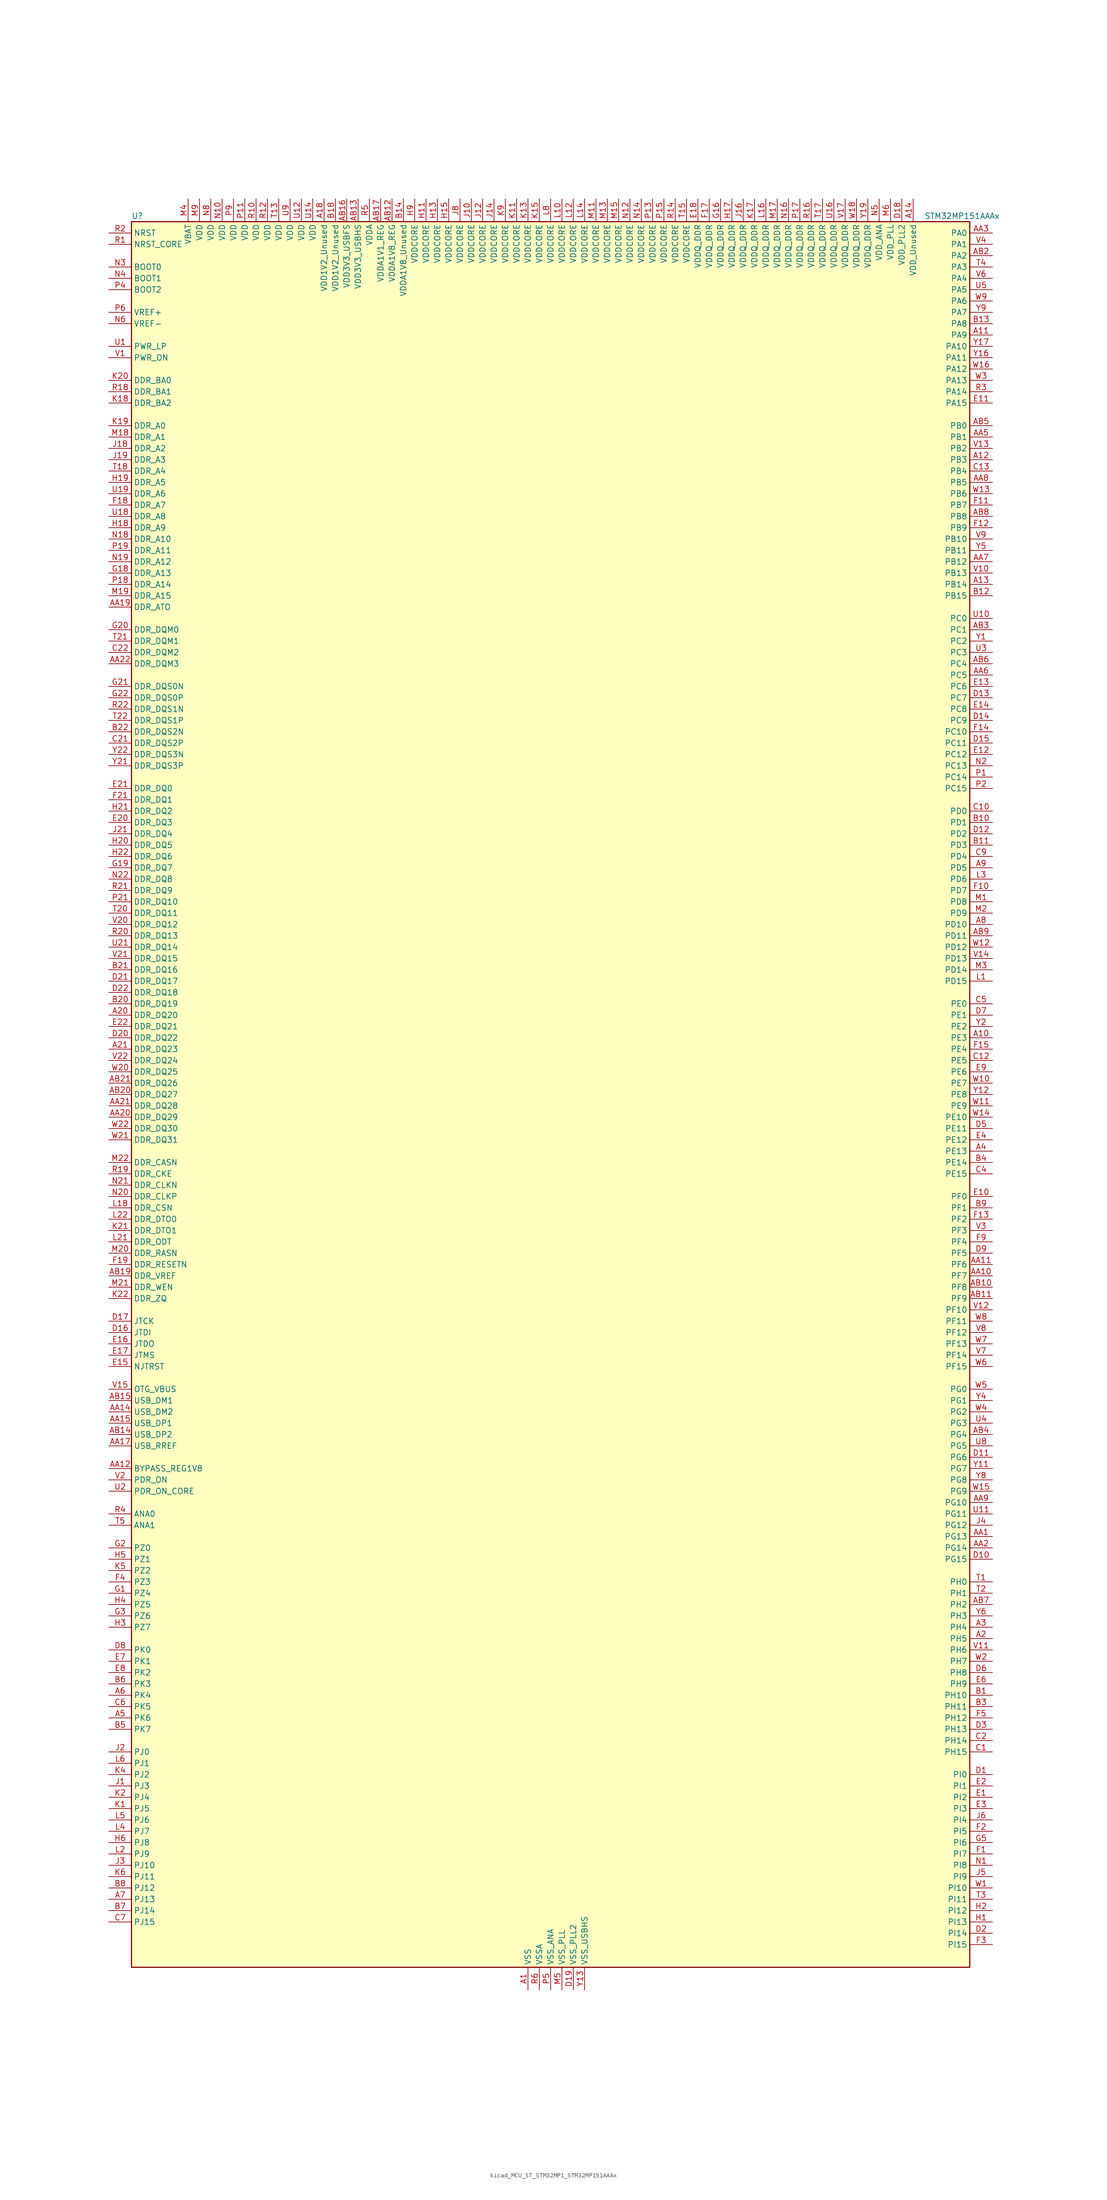
<source format=kicad_sym>
(kicad_symbol_lib
  (version 20220914)
  (generator kicad_symbol_editor)
  (symbol "kicad_MCU_ST_STM32MP1_STM32MP151AAAx"
    (property "Reference" "U"
      (at -93.98 196.85 0)
      (effects (font (size 1.27 1.27)) (justify left)))
    (property "Value" "STM32MP151AAAx"
      (at 83.82 196.85 0)
      (effects (font (size 1.27 1.27)) (justify left)))
    (property "ki_locked" ""
      (at 0 0 0)
      (effects (font (size 1.27 1.27))))
    (symbol "kicad_MCU_ST_STM32MP1_STM32MP151AAAx_0_1"
      (rectangle (start -93.98 -195.58) (end 93.98 195.58) (stroke (width 0.254) (type default)) (fill (type background))))
    (symbol "kicad_MCU_ST_STM32MP1_STM32MP151AAAx_1_1"
      (pin power_in line (at -5.08 -200.66 90) (length 5.08) (name "VSS" (effects (font (size 1.27 1.27)))) (number "A1" (effects (font (size 1.27 1.27)))))
      (pin bidirectional line (at 99.06 12.7 180) (length 5.08) (name "PE3" (effects (font (size 1.27 1.27)))) (number "A10" (effects (font (size 1.27 1.27)))) (alternate "DEBUG_TRACED0" bidirectional line) (alternate "FMC_A19" bidirectional line) (alternate "SAI1_SD_B" bidirectional line) (alternate "SDMMC2_CK" bidirectional line) (alternate "TIM15_BKIN" bidirectional line))
      (pin bidirectional line (at 99.06 170.18 180) (length 5.08) (name "PA9" (effects (font (size 1.27 1.27)))) (number "A11" (effects (font (size 1.27 1.27)))) (alternate "DAC1_EXTI9" bidirectional line) (alternate "DCMI_D0" bidirectional line) (alternate "I2C3_SMBA" bidirectional line) (alternate "I2S2_CK" bidirectional line) (alternate "LTDC_R5" bidirectional line) (alternate "SDMMC2_CDIR" bidirectional line) (alternate "SDMMC2_D5" bidirectional line) (alternate "SPI2_SCK" bidirectional line) (alternate "TIM1_CH2" bidirectional line) (alternate "USART1_TX" bidirectional line))
      (pin bidirectional line (at 99.06 142.24 180) (length 5.08) (name "PB3" (effects (font (size 1.27 1.27)))) (number "A12" (effects (font (size 1.27 1.27)))) (alternate "DEBUG_TRACED9" bidirectional line) (alternate "I2S1_CK" bidirectional line) (alternate "I2S3_CK" bidirectional line) (alternate "SAI4_CK1" bidirectional line) (alternate "SAI4_MCLK_A" bidirectional line) (alternate "SDMMC2_D2" bidirectional line) (alternate "SPI1_SCK" bidirectional line) (alternate "SPI3_SCK" bidirectional line) (alternate "SPI6_SCK" bidirectional line) (alternate "TIM2_CH2" bidirectional line) (alternate "UART7_RX" bidirectional line))
      (pin bidirectional line (at 99.06 114.3 180) (length 5.08) (name "PB14" (effects (font (size 1.27 1.27)))) (number "A13" (effects (font (size 1.27 1.27)))) (alternate "DFSDM1_DATIN2" bidirectional line) (alternate "I2S2_SDI" bidirectional line) (alternate "SDMMC2_D0" bidirectional line) (alternate "SPI2_MISO" bidirectional line) (alternate "TIM12_CH1" bidirectional line) (alternate "TIM1_CH2N" bidirectional line) (alternate "TIM8_CH2N" bidirectional line) (alternate "USART1_TX" bidirectional line) (alternate "USART3_DE" bidirectional line) (alternate "USART3_RTS" bidirectional line))
      (pin power_in line (at 81.28 200.66 270) (length 5.08) (name "VDD_Unused" (effects (font (size 1.27 1.27)))) (number "A14" (effects (font (size 1.27 1.27)))))
      (pin no_connect line (at -93.98 -195.58 0) (length 5.08) hide (name "DNU" (effects (font (size 1.27 1.27)))) (number "A15" (effects (font (size 1.27 1.27)))))
      (pin no_connect line (at -93.98 -193.04 0) (length 5.08) hide (name "DNU" (effects (font (size 1.27 1.27)))) (number "A16" (effects (font (size 1.27 1.27)))))
      (pin no_connect line (at -93.98 -190.5 0) (length 5.08) hide (name "DNU" (effects (font (size 1.27 1.27)))) (number "A17" (effects (font (size 1.27 1.27)))))
      (pin power_in line (at -50.8 200.66 270) (length 5.08) (name "VDD1V2_Unused" (effects (font (size 1.27 1.27)))) (number "A18" (effects (font (size 1.27 1.27)))))
      (pin passive line (at -5.08 -200.66 90) (length 5.08) hide (name "VSS" (effects (font (size 1.27 1.27)))) (number "A19" (effects (font (size 1.27 1.27)))))
      (pin bidirectional line (at 99.06 -121.92 180) (length 5.08) (name "PH5" (effects (font (size 1.27 1.27)))) (number "A2" (effects (font (size 1.27 1.27)))) (alternate "I2C2_SDA" bidirectional line) (alternate "SAI4_SD_B" bidirectional line) (alternate "SPI5_NSS" bidirectional line))
      (pin bidirectional line (at -99.06 17.78 0) (length 5.08) (name "DDR_DQ20" (effects (font (size 1.27 1.27)))) (number "A20" (effects (font (size 1.27 1.27)))) (alternate "DDR_DQ20" bidirectional line))
      (pin bidirectional line (at -99.06 10.16 0) (length 5.08) (name "DDR_DQ23" (effects (font (size 1.27 1.27)))) (number "A21" (effects (font (size 1.27 1.27)))) (alternate "DDR_DQ23" bidirectional line))
      (pin passive line (at -5.08 -200.66 90) (length 5.08) hide (name "VSS" (effects (font (size 1.27 1.27)))) (number "A22" (effects (font (size 1.27 1.27)))))
      (pin bidirectional line (at 99.06 -119.38 180) (length 5.08) (name "PH4" (effects (font (size 1.27 1.27)))) (number "A3" (effects (font (size 1.27 1.27)))) (alternate "I2C2_SCL" bidirectional line) (alternate "LTDC_G4" bidirectional line) (alternate "LTDC_G5" bidirectional line))
      (pin bidirectional line (at 99.06 -12.7 180) (length 5.08) (name "PE13" (effects (font (size 1.27 1.27)))) (number "A4" (effects (font (size 1.27 1.27)))) (alternate "DCMI_D6" bidirectional line) (alternate "DFSDM1_CKIN5" bidirectional line) (alternate "FMC_D10" bidirectional line) (alternate "FMC_DA10" bidirectional line) (alternate "HDP_HDP2" bidirectional line) (alternate "LTDC_DE" bidirectional line) (alternate "SAI2_FS_B" bidirectional line) (alternate "SPI4_MISO" bidirectional line) (alternate "TIM1_CH3" bidirectional line))
      (pin bidirectional line (at -99.06 -139.7 0) (length 5.08) (name "PK6" (effects (font (size 1.27 1.27)))) (number "A5" (effects (font (size 1.27 1.27)))) (alternate "DEBUG_TRACED7" bidirectional line) (alternate "HDP_HDP7" bidirectional line) (alternate "LTDC_B7" bidirectional line))
      (pin bidirectional line (at -99.06 -134.62 0) (length 5.08) (name "PK4" (effects (font (size 1.27 1.27)))) (number "A6" (effects (font (size 1.27 1.27)))) (alternate "LTDC_B5" bidirectional line))
      (pin bidirectional line (at -99.06 -180.34 0) (length 5.08) (name "PJ13" (effects (font (size 1.27 1.27)))) (number "A7" (effects (font (size 1.27 1.27)))) (alternate "LTDC_B1" bidirectional line) (alternate "LTDC_G4" bidirectional line))
      (pin bidirectional line (at 99.06 38.1 180) (length 5.08) (name "PD10" (effects (font (size 1.27 1.27)))) (number "A8" (effects (font (size 1.27 1.27)))) (alternate "DFSDM1_CKOUT" bidirectional line) (alternate "FMC_D15" bidirectional line) (alternate "FMC_DA15" bidirectional line) (alternate "I2C5_SMBA" bidirectional line) (alternate "I2S3_SDI" bidirectional line) (alternate "LTDC_B3" bidirectional line) (alternate "RTC_REFIN" bidirectional line) (alternate "SAI3_FS_B" bidirectional line) (alternate "SPI3_MISO" bidirectional line) (alternate "TIM16_BKIN" bidirectional line) (alternate "USART3_CK" bidirectional line))
      (pin bidirectional line (at 99.06 50.8 180) (length 5.08) (name "PD5" (effects (font (size 1.27 1.27)))) (number "A9" (effects (font (size 1.27 1.27)))) (alternate "FMC_NWE" bidirectional line) (alternate "SDMMC3_D2" bidirectional line) (alternate "USART2_TX" bidirectional line))
      (pin bidirectional line (at 99.06 -99.06 180) (length 5.08) (name "PG13" (effects (font (size 1.27 1.27)))) (number "AA1" (effects (font (size 1.27 1.27)))) (alternate "DEBUG_TRACED0" bidirectional line) (alternate "ETH1_TXD0" bidirectional line) (alternate "FMC_A24" bidirectional line) (alternate "LPTIM1_OUT" bidirectional line) (alternate "LTDC_R0" bidirectional line) (alternate "SAI1_CK2" bidirectional line) (alternate "SAI1_SCK_A" bidirectional line) (alternate "SAI4_CK1" bidirectional line) (alternate "SAI4_MCLK_A" bidirectional line) (alternate "SPI6_SCK" bidirectional line) (alternate "USART6_CTS" bidirectional line) (alternate "USART6_NSS" bidirectional line))
      (pin bidirectional line (at 99.06 -40.64 180) (length 5.08) (name "PF7" (effects (font (size 1.27 1.27)))) (number "AA10" (effects (font (size 1.27 1.27)))) (alternate "QUADSPI_BK1_IO2" bidirectional line) (alternate "SAI1_MCLK_B" bidirectional line) (alternate "SPI5_SCK" bidirectional line) (alternate "TIM17_CH1" bidirectional line) (alternate "UART7_TX" bidirectional line))
      (pin bidirectional line (at 99.06 -38.1 180) (length 5.08) (name "PF6" (effects (font (size 1.27 1.27)))) (number "AA11" (effects (font (size 1.27 1.27)))) (alternate "QUADSPI_BK1_IO3" bidirectional line) (alternate "SAI1_SD_B" bidirectional line) (alternate "SAI4_SCK_B" bidirectional line) (alternate "SPI5_NSS" bidirectional line) (alternate "TIM16_CH1" bidirectional line) (alternate "UART7_RX" bidirectional line))
      (pin bidirectional line (at -99.06 -83.82 0) (length 5.08) (name "BYPASS_REG1V8" (effects (font (size 1.27 1.27)))) (number "AA12" (effects (font (size 1.27 1.27)))))
      (pin passive line (at 7.62 -200.66 90) (length 5.08) hide (name "VSS_USBHS" (effects (font (size 1.27 1.27)))) (number "AA13" (effects (font (size 1.27 1.27)))))
      (pin bidirectional line (at -99.06 -71.12 0) (length 5.08) (name "USB_DM2" (effects (font (size 1.27 1.27)))) (number "AA14" (effects (font (size 1.27 1.27)))) (alternate "USBH_HS2_DM" bidirectional line) (alternate "USB_OTG_HS_DM" bidirectional line))
      (pin bidirectional line (at -99.06 -73.66 0) (length 5.08) (name "USB_DP1" (effects (font (size 1.27 1.27)))) (number "AA15" (effects (font (size 1.27 1.27)))) (alternate "USBH_HS1_DP" bidirectional line))
      (pin passive line (at 7.62 -200.66 90) (length 5.08) hide (name "VSS_USBHS" (effects (font (size 1.27 1.27)))) (number "AA16" (effects (font (size 1.27 1.27)))))
      (pin bidirectional line (at -99.06 -78.74 0) (length 5.08) (name "USB_RREF" (effects (font (size 1.27 1.27)))) (number "AA17" (effects (font (size 1.27 1.27)))))
      (pin passive line (at -5.08 -200.66 90) (length 5.08) hide (name "VSS" (effects (font (size 1.27 1.27)))) (number "AA18" (effects (font (size 1.27 1.27)))))
      (pin bidirectional line (at -99.06 109.22 0) (length 5.08) (name "DDR_ATO" (effects (font (size 1.27 1.27)))) (number "AA19" (effects (font (size 1.27 1.27)))) (alternate "DDR_ATO" bidirectional line))
      (pin bidirectional line (at 99.06 -101.6 180) (length 5.08) (name "PG14" (effects (font (size 1.27 1.27)))) (number "AA2" (effects (font (size 1.27 1.27)))) (alternate "DEBUG_TRACED1" bidirectional line) (alternate "ETH1_TXD1" bidirectional line) (alternate "FMC_A25" bidirectional line) (alternate "LPTIM1_ETR" bidirectional line) (alternate "LTDC_B0" bidirectional line) (alternate "QUADSPI_BK2_IO3" bidirectional line) (alternate "SAI4_D1" bidirectional line) (alternate "SAI4_SD_A" bidirectional line) (alternate "SPI6_MOSI" bidirectional line) (alternate "USART6_TX" bidirectional line))
      (pin bidirectional line (at -99.06 -5.08 0) (length 5.08) (name "DDR_DQ29" (effects (font (size 1.27 1.27)))) (number "AA20" (effects (font (size 1.27 1.27)))) (alternate "DDR_DQ29" bidirectional line))
      (pin bidirectional line (at -99.06 -2.54 0) (length 5.08) (name "DDR_DQ28" (effects (font (size 1.27 1.27)))) (number "AA21" (effects (font (size 1.27 1.27)))) (alternate "DDR_DQ28" bidirectional line))
      (pin bidirectional line (at -99.06 96.52 0) (length 5.08) (name "DDR_DQM3" (effects (font (size 1.27 1.27)))) (number "AA22" (effects (font (size 1.27 1.27)))) (alternate "DDR_DQM3" bidirectional line))
      (pin bidirectional line (at 99.06 193.04 180) (length 5.08) (name "PA0" (effects (font (size 1.27 1.27)))) (number "AA3" (effects (font (size 1.27 1.27)))) (alternate "ADC1_INP16" bidirectional line) (alternate "ETH1_CRS" bidirectional line) (alternate "PWR_WKUP1" bidirectional line) (alternate "SAI2_SD_B" bidirectional line) (alternate "SDMMC2_CMD" bidirectional line) (alternate "TIM15_BKIN" bidirectional line) (alternate "TIM2_CH1" bidirectional line) (alternate "TIM2_ETR" bidirectional line) (alternate "TIM5_CH1" bidirectional line) (alternate "TIM8_ETR" bidirectional line) (alternate "UART4_TX" bidirectional line) (alternate "USART2_CTS" bidirectional line) (alternate "USART2_NSS" bidirectional line))
      (pin passive line (at -5.08 -200.66 90) (length 5.08) hide (name "VSS" (effects (font (size 1.27 1.27)))) (number "AA4" (effects (font (size 1.27 1.27)))))
      (pin bidirectional line (at 99.06 147.32 180) (length 5.08) (name "PB1" (effects (font (size 1.27 1.27)))) (number "AA5" (effects (font (size 1.27 1.27)))) (alternate "ADC1_INP5" bidirectional line) (alternate "ADC2_INP5" bidirectional line) (alternate "DFSDM1_DATIN1" bidirectional line) (alternate "ETH1_RXD3" bidirectional line) (alternate "LTDC_G0" bidirectional line) (alternate "LTDC_R6" bidirectional line) (alternate "TIM1_CH3N" bidirectional line) (alternate "TIM3_CH4" bidirectional line) (alternate "TIM8_CH3N" bidirectional line))
      (pin bidirectional line (at 99.06 93.98 180) (length 5.08) (name "PC5" (effects (font (size 1.27 1.27)))) (number "AA6" (effects (font (size 1.27 1.27)))) (alternate "ADC1_INN4" bidirectional line) (alternate "ADC1_INP8" bidirectional line) (alternate "ADC2_INN4" bidirectional line) (alternate "ADC2_INP8" bidirectional line) (alternate "DFSDM1_DATIN2" bidirectional line) (alternate "ETH1_RXD1" bidirectional line) (alternate "SAI1_D3" bidirectional line) (alternate "SAI1_D4" bidirectional line) (alternate "SAI4_D3" bidirectional line) (alternate "SAI4_D4" bidirectional line) (alternate "SPDIFRX_IN3" bidirectional line))
      (pin bidirectional line (at 99.06 119.38 180) (length 5.08) (name "PB12" (effects (font (size 1.27 1.27)))) (number "AA7" (effects (font (size 1.27 1.27)))) (alternate "DFSDM1_DATIN1" bidirectional line) (alternate "ETH1_TXD0" bidirectional line) (alternate "I2C2_SMBA" bidirectional line) (alternate "I2C6_SMBA" bidirectional line) (alternate "I2S2_WS" bidirectional line) (alternate "SPI2_NSS" bidirectional line) (alternate "TIM1_BKIN" bidirectional line) (alternate "UART5_RX" bidirectional line) (alternate "USART3_CK" bidirectional line) (alternate "USART3_RX" bidirectional line))
      (pin bidirectional line (at 99.06 137.16 180) (length 5.08) (name "PB5" (effects (font (size 1.27 1.27)))) (number "AA8" (effects (font (size 1.27 1.27)))) (alternate "DCMI_D10" bidirectional line) (alternate "ETH1_CLK" bidirectional line) (alternate "ETH1_PPS_OUT" bidirectional line) (alternate "I2C1_SMBA" bidirectional line) (alternate "I2C4_SMBA" bidirectional line) (alternate "I2S1_SDO" bidirectional line) (alternate "I2S3_SDO" bidirectional line) (alternate "LTDC_G7" bidirectional line) (alternate "SAI4_D1" bidirectional line) (alternate "SAI4_SD_A" bidirectional line) (alternate "SPI1_MOSI" bidirectional line) (alternate "SPI3_MOSI" bidirectional line) (alternate "SPI6_MOSI" bidirectional line) (alternate "TIM17_BKIN" bidirectional line) (alternate "TIM3_CH2" bidirectional line) (alternate "UART5_RX" bidirectional line))
      (pin bidirectional line (at 99.06 -91.44 180) (length 5.08) (name "PG10" (effects (font (size 1.27 1.27)))) (number "AA9" (effects (font (size 1.27 1.27)))) (alternate "DCMI_D2" bidirectional line) (alternate "DEBUG_TRACED10" bidirectional line) (alternate "FMC_NE3" bidirectional line) (alternate "LTDC_B2" bidirectional line) (alternate "LTDC_G3" bidirectional line) (alternate "QUADSPI_BK2_IO2" bidirectional line) (alternate "SAI2_SD_B" bidirectional line) (alternate "UART8_CTS" bidirectional line))
      (pin passive line (at -5.08 -200.66 90) (length 5.08) hide (name "VSS" (effects (font (size 1.27 1.27)))) (number "AB1" (effects (font (size 1.27 1.27)))))
      (pin bidirectional line (at 99.06 -43.18 180) (length 5.08) (name "PF8" (effects (font (size 1.27 1.27)))) (number "AB10" (effects (font (size 1.27 1.27)))) (alternate "DEBUG_TRACED12" bidirectional line) (alternate "QUADSPI_BK1_IO0" bidirectional line) (alternate "SAI1_SCK_B" bidirectional line) (alternate "SPI5_MISO" bidirectional line) (alternate "TIM13_CH1" bidirectional line) (alternate "TIM16_CH1N" bidirectional line) (alternate "UART7_DE" bidirectional line) (alternate "UART7_RTS" bidirectional line))
      (pin bidirectional line (at 99.06 -45.72 180) (length 5.08) (name "PF9" (effects (font (size 1.27 1.27)))) (number "AB11" (effects (font (size 1.27 1.27)))) (alternate "DAC1_EXTI9" bidirectional line) (alternate "DEBUG_TRACED13" bidirectional line) (alternate "QUADSPI_BK1_IO1" bidirectional line) (alternate "SAI1_FS_B" bidirectional line) (alternate "SPI5_MOSI" bidirectional line) (alternate "TIM14_CH1" bidirectional line) (alternate "TIM17_CH1N" bidirectional line) (alternate "UART7_CTS" bidirectional line))
      (pin power_in line (at -35.56 200.66 270) (length 5.08) (name "VDDA1V8_REG" (effects (font (size 1.27 1.27)))) (number "AB12" (effects (font (size 1.27 1.27)))))
      (pin power_in line (at -43.18 200.66 270) (length 5.08) (name "VDD3V3_USBHS" (effects (font (size 1.27 1.27)))) (number "AB13" (effects (font (size 1.27 1.27)))))
      (pin bidirectional line (at -99.06 -76.2 0) (length 5.08) (name "USB_DP2" (effects (font (size 1.27 1.27)))) (number "AB14" (effects (font (size 1.27 1.27)))) (alternate "USBH_HS2_DP" bidirectional line) (alternate "USB_OTG_HS_DP" bidirectional line))
      (pin bidirectional line (at -99.06 -68.58 0) (length 5.08) (name "USB_DM1" (effects (font (size 1.27 1.27)))) (number "AB15" (effects (font (size 1.27 1.27)))) (alternate "USBH_HS1_DM" bidirectional line))
      (pin power_in line (at -45.72 200.66 270) (length 5.08) (name "VDD3V3_USBFS" (effects (font (size 1.27 1.27)))) (number "AB16" (effects (font (size 1.27 1.27)))))
      (pin power_in line (at -38.1 200.66 270) (length 5.08) (name "VDDA1V1_REG" (effects (font (size 1.27 1.27)))) (number "AB17" (effects (font (size 1.27 1.27)))))
      (pin passive line (at -5.08 -200.66 90) (length 5.08) hide (name "VSS" (effects (font (size 1.27 1.27)))) (number "AB18" (effects (font (size 1.27 1.27)))))
      (pin bidirectional line (at -99.06 -40.64 0) (length 5.08) (name "DDR_VREF" (effects (font (size 1.27 1.27)))) (number "AB19" (effects (font (size 1.27 1.27)))) (alternate "DDR_VREF" bidirectional line))
      (pin bidirectional line (at 99.06 187.96 180) (length 5.08) (name "PA2" (effects (font (size 1.27 1.27)))) (number "AB2" (effects (font (size 1.27 1.27)))) (alternate "ADC1_INP14" bidirectional line) (alternate "ETH1_MDIO" bidirectional line) (alternate "LPTIM4_OUT" bidirectional line) (alternate "LTDC_R1" bidirectional line) (alternate "PWR_WKUP2" bidirectional line) (alternate "SAI2_SCK_B" bidirectional line) (alternate "SDMMC2_D0DIR" bidirectional line) (alternate "TIM15_CH1" bidirectional line) (alternate "TIM2_CH3" bidirectional line) (alternate "TIM5_CH3" bidirectional line) (alternate "USART2_TX" bidirectional line))
      (pin bidirectional line (at -99.06 0 0) (length 5.08) (name "DDR_DQ27" (effects (font (size 1.27 1.27)))) (number "AB20" (effects (font (size 1.27 1.27)))) (alternate "DDR_DQ27" bidirectional line))
      (pin bidirectional line (at -99.06 2.54 0) (length 5.08) (name "DDR_DQ26" (effects (font (size 1.27 1.27)))) (number "AB21" (effects (font (size 1.27 1.27)))) (alternate "DDR_DQ26" bidirectional line))
      (pin passive line (at -5.08 -200.66 90) (length 5.08) hide (name "VSS" (effects (font (size 1.27 1.27)))) (number "AB22" (effects (font (size 1.27 1.27)))))
      (pin bidirectional line (at 99.06 104.14 180) (length 5.08) (name "PC1" (effects (font (size 1.27 1.27)))) (number "AB3" (effects (font (size 1.27 1.27)))) (alternate "ADC1_INN10" bidirectional line) (alternate "ADC1_INP11" bidirectional line) (alternate "ADC2_INN10" bidirectional line) (alternate "ADC2_INP11" bidirectional line) (alternate "DEBUG_TRACED0" bidirectional line) (alternate "DFSDM1_CKIN4" bidirectional line) (alternate "DFSDM1_DATIN0" bidirectional line) (alternate "ETH1_MDC" bidirectional line) (alternate "I2S2_SDO" bidirectional line) (alternate "PWR_WKUP6" bidirectional line) (alternate "SAI1_D1" bidirectional line) (alternate "SAI1_SD_A" bidirectional line) (alternate "SDMMC2_CK" bidirectional line) (alternate "SPI2_MOSI" bidirectional line) (alternate "TAMP_IN3" bidirectional line))
      (pin bidirectional line (at 99.06 -76.2 180) (length 5.08) (name "PG4" (effects (font (size 1.27 1.27)))) (number "AB4" (effects (font (size 1.27 1.27)))) (alternate "ETH1_GTX_CLK" bidirectional line) (alternate "FMC_A14" bidirectional line) (alternate "TIM1_BKIN2" bidirectional line))
      (pin bidirectional line (at 99.06 149.86 180) (length 5.08) (name "PB0" (effects (font (size 1.27 1.27)))) (number "AB5" (effects (font (size 1.27 1.27)))) (alternate "ADC1_INN5" bidirectional line) (alternate "ADC1_INP9" bidirectional line) (alternate "ADC2_INN5" bidirectional line) (alternate "ADC2_INP9" bidirectional line) (alternate "DFSDM1_CKOUT" bidirectional line) (alternate "ETH1_RXD2" bidirectional line) (alternate "LTDC_G1" bidirectional line) (alternate "LTDC_R3" bidirectional line) (alternate "TIM1_CH2N" bidirectional line) (alternate "TIM3_CH3" bidirectional line) (alternate "TIM8_CH2N" bidirectional line) (alternate "UART4_CTS" bidirectional line))
      (pin bidirectional line (at 99.06 96.52 180) (length 5.08) (name "PC4" (effects (font (size 1.27 1.27)))) (number "AB6" (effects (font (size 1.27 1.27)))) (alternate "ADC1_INP4" bidirectional line) (alternate "ADC2_INP4" bidirectional line) (alternate "DFSDM1_CKIN2" bidirectional line) (alternate "ETH1_RXD0" bidirectional line) (alternate "I2S1_MCK" bidirectional line) (alternate "SPDIFRX_IN2" bidirectional line))
      (pin bidirectional line (at 99.06 -114.3 180) (length 5.08) (name "PH2" (effects (font (size 1.27 1.27)))) (number "AB7" (effects (font (size 1.27 1.27)))) (alternate "ETH1_CRS" bidirectional line) (alternate "LPTIM1_IN2" bidirectional line) (alternate "LTDC_R0" bidirectional line) (alternate "QUADSPI_BK2_IO0" bidirectional line) (alternate "SAI2_SCK_B" bidirectional line))
      (pin bidirectional line (at 99.06 129.54 180) (length 5.08) (name "PB8" (effects (font (size 1.27 1.27)))) (number "AB8" (effects (font (size 1.27 1.27)))) (alternate "DCMI_D6" bidirectional line) (alternate "DFSDM1_CKIN7" bidirectional line) (alternate "ETH1_TXD3" bidirectional line) (alternate "HDP_HDP6" bidirectional line) (alternate "I2C1_SCL" bidirectional line) (alternate "I2C4_SCL" bidirectional line) (alternate "LTDC_B6" bidirectional line) (alternate "SDMMC1_CKIN" bidirectional line) (alternate "SDMMC1_D4" bidirectional line) (alternate "SDMMC2_CKIN" bidirectional line) (alternate "SDMMC2_D4" bidirectional line) (alternate "TIM16_CH1" bidirectional line) (alternate "TIM4_CH3" bidirectional line) (alternate "UART4_RX" bidirectional line))
      (pin bidirectional line (at 99.06 35.56 180) (length 5.08) (name "PD11" (effects (font (size 1.27 1.27)))) (number "AB9" (effects (font (size 1.27 1.27)))) (alternate "ADC1_EXTI11" bidirectional line) (alternate "ADC2_EXTI11" bidirectional line) (alternate "FMC_A16" bidirectional line) (alternate "FMC_CLE" bidirectional line) (alternate "I2C1_SMBA" bidirectional line) (alternate "I2C4_SMBA" bidirectional line) (alternate "LPTIM2_IN2" bidirectional line) (alternate "QUADSPI_BK1_IO0" bidirectional line) (alternate "SAI2_SD_A" bidirectional line) (alternate "USART3_CTS" bidirectional line) (alternate "USART3_NSS" bidirectional line))
      (pin bidirectional line (at 99.06 -134.62 180) (length 5.08) (name "PH10" (effects (font (size 1.27 1.27)))) (number "B1" (effects (font (size 1.27 1.27)))) (alternate "DCMI_D1" bidirectional line) (alternate "I2C1_SMBA" bidirectional line) (alternate "I2C4_SMBA" bidirectional line) (alternate "LTDC_R4" bidirectional line) (alternate "TIM5_CH1" bidirectional line))
      (pin bidirectional line (at 99.06 60.96 180) (length 5.08) (name "PD1" (effects (font (size 1.27 1.27)))) (number "B10" (effects (font (size 1.27 1.27)))) (alternate "DFSDM1_CKIN7" bidirectional line) (alternate "DFSDM1_DATIN6" bidirectional line) (alternate "FMC_D3" bidirectional line) (alternate "FMC_DA3" bidirectional line) (alternate "I2C5_SCL" bidirectional line) (alternate "I2C6_SCL" bidirectional line) (alternate "SAI3_SD_A" bidirectional line) (alternate "SDMMC3_D0" bidirectional line) (alternate "UART4_TX" bidirectional line))
      (pin bidirectional line (at 99.06 55.88 180) (length 5.08) (name "PD3" (effects (font (size 1.27 1.27)))) (number "B11" (effects (font (size 1.27 1.27)))) (alternate "DCMI_D5" bidirectional line) (alternate "DFSDM1_CKOUT" bidirectional line) (alternate "DFSDM1_DATIN0" bidirectional line) (alternate "FMC_CLK" bidirectional line) (alternate "HDP_HDP5" bidirectional line) (alternate "I2S2_CK" bidirectional line) (alternate "LTDC_G7" bidirectional line) (alternate "SDMMC1_D123DIR" bidirectional line) (alternate "SDMMC1_D7" bidirectional line) (alternate "SDMMC2_D123DIR" bidirectional line) (alternate "SDMMC2_D7" bidirectional line) (alternate "SPI2_SCK" bidirectional line) (alternate "USART2_CTS" bidirectional line) (alternate "USART2_NSS" bidirectional line))
      (pin bidirectional line (at 99.06 111.76 180) (length 5.08) (name "PB15" (effects (font (size 1.27 1.27)))) (number "B12" (effects (font (size 1.27 1.27)))) (alternate "ADC1_EXTI15" bidirectional line) (alternate "ADC2_EXTI15" bidirectional line) (alternate "DFSDM1_CKIN2" bidirectional line) (alternate "I2S2_SDO" bidirectional line) (alternate "RTC_REFIN" bidirectional line) (alternate "SDMMC2_D1" bidirectional line) (alternate "SPI2_MOSI" bidirectional line) (alternate "TIM12_CH2" bidirectional line) (alternate "TIM1_CH3N" bidirectional line) (alternate "TIM8_CH3N" bidirectional line) (alternate "USART1_RX" bidirectional line))
      (pin bidirectional line (at 99.06 172.72 180) (length 5.08) (name "PA8" (effects (font (size 1.27 1.27)))) (number "B13" (effects (font (size 1.27 1.27)))) (alternate "I2C3_SCL" bidirectional line) (alternate "I2S3_SDO" bidirectional line) (alternate "LTDC_R6" bidirectional line) (alternate "RCC_MCO_1" bidirectional line) (alternate "SAI4_SD_B" bidirectional line) (alternate "SDMMC2_CKIN" bidirectional line) (alternate "SDMMC2_D4" bidirectional line) (alternate "SPI3_MOSI" bidirectional line) (alternate "TIM1_CH1" bidirectional line) (alternate "TIM8_BKIN2" bidirectional line) (alternate "UART7_RX" bidirectional line) (alternate "USART1_CK" bidirectional line) (alternate "USB_OTG_HS_SOF" bidirectional line))
      (pin power_in line (at -33.02 200.66 270) (length 5.08) (name "VDDA1V8_Unused" (effects (font (size 1.27 1.27)))) (number "B14" (effects (font (size 1.27 1.27)))))
      (pin no_connect line (at -93.98 -187.96 0) (length 5.08) hide (name "DNU" (effects (font (size 1.27 1.27)))) (number "B15" (effects (font (size 1.27 1.27)))))
      (pin no_connect line (at -93.98 -185.42 0) (length 5.08) hide (name "DNU" (effects (font (size 1.27 1.27)))) (number "B16" (effects (font (size 1.27 1.27)))))
      (pin no_connect line (at -93.98 -182.88 0) (length 5.08) hide (name "DNU" (effects (font (size 1.27 1.27)))) (number "B17" (effects (font (size 1.27 1.27)))))
      (pin power_in line (at -48.26 200.66 270) (length 5.08) (name "VDD1V2_Unused" (effects (font (size 1.27 1.27)))) (number "B18" (effects (font (size 1.27 1.27)))))
      (pin passive line (at -5.08 -200.66 90) (length 5.08) hide (name "VSS" (effects (font (size 1.27 1.27)))) (number "B19" (effects (font (size 1.27 1.27)))))
      (pin passive line (at -5.08 -200.66 90) (length 5.08) hide (name "VSS" (effects (font (size 1.27 1.27)))) (number "B2" (effects (font (size 1.27 1.27)))))
      (pin bidirectional line (at -99.06 20.32 0) (length 5.08) (name "DDR_DQ19" (effects (font (size 1.27 1.27)))) (number "B20" (effects (font (size 1.27 1.27)))) (alternate "DDR_DQ19" bidirectional line))
      (pin bidirectional line (at -99.06 27.94 0) (length 5.08) (name "DDR_DQ16" (effects (font (size 1.27 1.27)))) (number "B21" (effects (font (size 1.27 1.27)))) (alternate "DDR_DQ16" bidirectional line))
      (pin bidirectional line (at -99.06 81.28 0) (length 5.08) (name "DDR_DQS2N" (effects (font (size 1.27 1.27)))) (number "B22" (effects (font (size 1.27 1.27)))) (alternate "DDR_DQS2N" bidirectional line))
      (pin bidirectional line (at 99.06 -137.16 180) (length 5.08) (name "PH11" (effects (font (size 1.27 1.27)))) (number "B3" (effects (font (size 1.27 1.27)))) (alternate "ADC1_EXTI11" bidirectional line) (alternate "ADC2_EXTI11" bidirectional line) (alternate "DCMI_D2" bidirectional line) (alternate "I2C1_SCL" bidirectional line) (alternate "I2C4_SCL" bidirectional line) (alternate "LTDC_R5" bidirectional line) (alternate "TIM5_CH2" bidirectional line))
      (pin bidirectional line (at 99.06 -15.24 180) (length 5.08) (name "PE14" (effects (font (size 1.27 1.27)))) (number "B4" (effects (font (size 1.27 1.27)))) (alternate "FMC_D11" bidirectional line) (alternate "FMC_DA11" bidirectional line) (alternate "LTDC_CLK" bidirectional line) (alternate "LTDC_G0" bidirectional line) (alternate "SAI2_MCLK_B" bidirectional line) (alternate "SDMMC1_D123DIR" bidirectional line) (alternate "SPI4_MOSI" bidirectional line) (alternate "TIM1_CH4" bidirectional line) (alternate "UART8_DE" bidirectional line) (alternate "UART8_RTS" bidirectional line))
      (pin bidirectional line (at -99.06 -142.24 0) (length 5.08) (name "PK7" (effects (font (size 1.27 1.27)))) (number "B5" (effects (font (size 1.27 1.27)))) (alternate "LTDC_DE" bidirectional line))
      (pin bidirectional line (at -99.06 -132.08 0) (length 5.08) (name "PK3" (effects (font (size 1.27 1.27)))) (number "B6" (effects (font (size 1.27 1.27)))) (alternate "LTDC_B4" bidirectional line))
      (pin bidirectional line (at -99.06 -182.88 0) (length 5.08) (name "PJ14" (effects (font (size 1.27 1.27)))) (number "B7" (effects (font (size 1.27 1.27)))) (alternate "LTDC_B2" bidirectional line))
      (pin bidirectional line (at -99.06 -177.8 0) (length 5.08) (name "PJ12" (effects (font (size 1.27 1.27)))) (number "B8" (effects (font (size 1.27 1.27)))) (alternate "LTDC_B0" bidirectional line) (alternate "LTDC_G3" bidirectional line))
      (pin bidirectional line (at 99.06 -25.4 180) (length 5.08) (name "PF1" (effects (font (size 1.27 1.27)))) (number "B9" (effects (font (size 1.27 1.27)))) (alternate "FMC_A1" bidirectional line) (alternate "I2C2_SCL" bidirectional line) (alternate "SDMMC3_CDIR" bidirectional line) (alternate "SDMMC3_CMD" bidirectional line))
      (pin bidirectional line (at 99.06 -147.32 180) (length 5.08) (name "PH15" (effects (font (size 1.27 1.27)))) (number "C1" (effects (font (size 1.27 1.27)))) (alternate "ADC1_EXTI15" bidirectional line) (alternate "ADC2_EXTI15" bidirectional line) (alternate "DCMI_D11" bidirectional line) (alternate "LTDC_G4" bidirectional line) (alternate "TIM8_CH3N" bidirectional line))
      (pin bidirectional line (at 99.06 63.5 180) (length 5.08) (name "PD0" (effects (font (size 1.27 1.27)))) (number "C10" (effects (font (size 1.27 1.27)))) (alternate "DFSDM1_CKIN6" bidirectional line) (alternate "DFSDM1_DATIN7" bidirectional line) (alternate "FMC_D2" bidirectional line) (alternate "FMC_DA2" bidirectional line) (alternate "I2C5_SDA" bidirectional line) (alternate "I2C6_SDA" bidirectional line) (alternate "SAI3_SCK_A" bidirectional line) (alternate "SDMMC3_CMD" bidirectional line) (alternate "UART4_RX" bidirectional line))
      (pin passive line (at -5.08 -200.66 90) (length 5.08) hide (name "VSS" (effects (font (size 1.27 1.27)))) (number "C11" (effects (font (size 1.27 1.27)))))
      (pin bidirectional line (at 99.06 7.62 180) (length 5.08) (name "PE5" (effects (font (size 1.27 1.27)))) (number "C12" (effects (font (size 1.27 1.27)))) (alternate "DCMI_D6" bidirectional line) (alternate "DEBUG_TRACED3" bidirectional line) (alternate "DFSDM1_CKIN3" bidirectional line) (alternate "FMC_A21" bidirectional line) (alternate "LTDC_G0" bidirectional line) (alternate "SAI1_CK2" bidirectional line) (alternate "SAI1_SCK_A" bidirectional line) (alternate "SDMMC1_D0DIR" bidirectional line) (alternate "SDMMC1_D6" bidirectional line) (alternate "SDMMC2_D0DIR" bidirectional line) (alternate "SDMMC2_D6" bidirectional line) (alternate "SPI4_MISO" bidirectional line) (alternate "TIM15_CH1" bidirectional line))
      (pin bidirectional line (at 99.06 139.7 180) (length 5.08) (name "PB4" (effects (font (size 1.27 1.27)))) (number "C13" (effects (font (size 1.27 1.27)))) (alternate "DEBUG_TRACED8" bidirectional line) (alternate "I2S1_SDI" bidirectional line) (alternate "I2S2_WS" bidirectional line) (alternate "I2S3_SDI" bidirectional line) (alternate "SAI4_CK2" bidirectional line) (alternate "SAI4_SCK_A" bidirectional line) (alternate "SDMMC2_D3" bidirectional line) (alternate "SPI1_MISO" bidirectional line) (alternate "SPI2_NSS" bidirectional line) (alternate "SPI3_MISO" bidirectional line) (alternate "SPI6_MISO" bidirectional line) (alternate "TIM16_BKIN" bidirectional line) (alternate "TIM3_CH1" bidirectional line) (alternate "UART7_TX" bidirectional line))
      (pin passive line (at -5.08 -200.66 90) (length 5.08) hide (name "VSS" (effects (font (size 1.27 1.27)))) (number "C14" (effects (font (size 1.27 1.27)))))
      (pin passive line (at -5.08 -200.66 90) (length 5.08) hide (name "VSS" (effects (font (size 1.27 1.27)))) (number "C15" (effects (font (size 1.27 1.27)))))
      (pin passive line (at -5.08 -200.66 90) (length 5.08) hide (name "VSS" (effects (font (size 1.27 1.27)))) (number "C16" (effects (font (size 1.27 1.27)))))
      (pin passive line (at -5.08 -200.66 90) (length 5.08) hide (name "VSS" (effects (font (size 1.27 1.27)))) (number "C17" (effects (font (size 1.27 1.27)))))
      (pin passive line (at -5.08 -200.66 90) (length 5.08) hide (name "VSS" (effects (font (size 1.27 1.27)))) (number "C18" (effects (font (size 1.27 1.27)))))
      (pin passive line (at -5.08 -200.66 90) (length 5.08) hide (name "VSS" (effects (font (size 1.27 1.27)))) (number "C19" (effects (font (size 1.27 1.27)))))
      (pin bidirectional line (at 99.06 -144.78 180) (length 5.08) (name "PH14" (effects (font (size 1.27 1.27)))) (number "C2" (effects (font (size 1.27 1.27)))) (alternate "DCMI_D4" bidirectional line) (alternate "LTDC_G3" bidirectional line) (alternate "TIM8_CH2N" bidirectional line) (alternate "UART4_RX" bidirectional line))
      (pin passive line (at -5.08 -200.66 90) (length 5.08) hide (name "VSS" (effects (font (size 1.27 1.27)))) (number "C20" (effects (font (size 1.27 1.27)))))
      (pin bidirectional line (at -99.06 78.74 0) (length 5.08) (name "DDR_DQS2P" (effects (font (size 1.27 1.27)))) (number "C21" (effects (font (size 1.27 1.27)))) (alternate "DDR_DQS2P" bidirectional line))
      (pin bidirectional line (at -99.06 99.06 0) (length 5.08) (name "DDR_DQM2" (effects (font (size 1.27 1.27)))) (number "C22" (effects (font (size 1.27 1.27)))) (alternate "DDR_DQM2" bidirectional line))
      (pin passive line (at -5.08 -200.66 90) (length 5.08) hide (name "VSS" (effects (font (size 1.27 1.27)))) (number "C3" (effects (font (size 1.27 1.27)))))
      (pin bidirectional line (at 99.06 -17.78 180) (length 5.08) (name "PE15" (effects (font (size 1.27 1.27)))) (number "C4" (effects (font (size 1.27 1.27)))) (alternate "ADC1_EXTI15" bidirectional line) (alternate "ADC2_EXTI15" bidirectional line) (alternate "FMC_D12" bidirectional line) (alternate "FMC_DA12" bidirectional line) (alternate "FMC_NCE2" bidirectional line) (alternate "HDP_HDP3" bidirectional line) (alternate "LTDC_R7" bidirectional line) (alternate "TIM15_BKIN" bidirectional line) (alternate "TIM1_BKIN" bidirectional line) (alternate "UART8_CTS" bidirectional line) (alternate "USART2_CTS" bidirectional line) (alternate "USART2_NSS" bidirectional line))
      (pin bidirectional line (at 99.06 20.32 180) (length 5.08) (name "PE0" (effects (font (size 1.27 1.27)))) (number "C5" (effects (font (size 1.27 1.27)))) (alternate "DCMI_D2" bidirectional line) (alternate "FMC_NBL0" bidirectional line) (alternate "I2S3_CK" bidirectional line) (alternate "LPTIM1_ETR" bidirectional line) (alternate "LPTIM2_ETR" bidirectional line) (alternate "SAI2_MCLK_A" bidirectional line) (alternate "SAI4_MCLK_B" bidirectional line) (alternate "SPI3_SCK" bidirectional line) (alternate "TIM4_ETR" bidirectional line) (alternate "UART8_RX" bidirectional line))
      (pin bidirectional line (at -99.06 -137.16 0) (length 5.08) (name "PK5" (effects (font (size 1.27 1.27)))) (number "C6" (effects (font (size 1.27 1.27)))) (alternate "DEBUG_TRACED6" bidirectional line) (alternate "HDP_HDP6" bidirectional line) (alternate "LTDC_B6" bidirectional line))
      (pin bidirectional line (at -99.06 -185.42 0) (length 5.08) (name "PJ15" (effects (font (size 1.27 1.27)))) (number "C7" (effects (font (size 1.27 1.27)))) (alternate "ADC1_EXTI15" bidirectional line) (alternate "ADC2_EXTI15" bidirectional line) (alternate "LTDC_B3" bidirectional line))
      (pin passive line (at -5.08 -200.66 90) (length 5.08) hide (name "VSS" (effects (font (size 1.27 1.27)))) (number "C8" (effects (font (size 1.27 1.27)))))
      (pin bidirectional line (at 99.06 53.34 180) (length 5.08) (name "PD4" (effects (font (size 1.27 1.27)))) (number "C9" (effects (font (size 1.27 1.27)))) (alternate "DFSDM1_CKIN0" bidirectional line) (alternate "FMC_NOE" bidirectional line) (alternate "SAI3_FS_A" bidirectional line) (alternate "SDMMC3_D1" bidirectional line) (alternate "USART2_DE" bidirectional line) (alternate "USART2_RTS" bidirectional line))
      (pin bidirectional line (at 99.06 -152.4 180) (length 5.08) (name "PI0" (effects (font (size 1.27 1.27)))) (number "D1" (effects (font (size 1.27 1.27)))) (alternate "DCMI_D13" bidirectional line) (alternate "I2S2_WS" bidirectional line) (alternate "LTDC_G5" bidirectional line) (alternate "SPI2_NSS" bidirectional line) (alternate "TIM5_CH4" bidirectional line))
      (pin bidirectional line (at 99.06 -104.14 180) (length 5.08) (name "PG15" (effects (font (size 1.27 1.27)))) (number "D10" (effects (font (size 1.27 1.27)))) (alternate "ADC1_EXTI15" bidirectional line) (alternate "ADC2_EXTI15" bidirectional line) (alternate "DCMI_D13" bidirectional line) (alternate "DEBUG_TRACED7" bidirectional line) (alternate "I2C2_SDA" bidirectional line) (alternate "SAI1_D2" bidirectional line) (alternate "SAI1_FS_A" bidirectional line) (alternate "SDMMC3_CK" bidirectional line) (alternate "USART6_CTS" bidirectional line) (alternate "USART6_NSS" bidirectional line))
      (pin bidirectional line (at 99.06 -81.28 180) (length 5.08) (name "PG6" (effects (font (size 1.27 1.27)))) (number "D11" (effects (font (size 1.27 1.27)))) (alternate "DCMI_D12" bidirectional line) (alternate "DEBUG_TRACED14" bidirectional line) (alternate "LTDC_R7" bidirectional line) (alternate "SDMMC2_CMD" bidirectional line) (alternate "TIM17_BKIN" bidirectional line))
      (pin bidirectional line (at 99.06 58.42 180) (length 5.08) (name "PD2" (effects (font (size 1.27 1.27)))) (number "D12" (effects (font (size 1.27 1.27)))) (alternate "DCMI_D11" bidirectional line) (alternate "I2C5_SMBA" bidirectional line) (alternate "SDMMC1_CMD" bidirectional line) (alternate "TIM3_ETR" bidirectional line) (alternate "UART4_RX" bidirectional line) (alternate "UART5_RX" bidirectional line))
      (pin bidirectional line (at 99.06 88.9 180) (length 5.08) (name "PC7" (effects (font (size 1.27 1.27)))) (number "D13" (effects (font (size 1.27 1.27)))) (alternate "DCMI_D1" bidirectional line) (alternate "DFSDM1_DATIN3" bidirectional line) (alternate "HDP_HDP4" bidirectional line) (alternate "I2S3_MCK" bidirectional line) (alternate "LTDC_G6" bidirectional line) (alternate "SDMMC1_D123DIR" bidirectional line) (alternate "SDMMC1_D7" bidirectional line) (alternate "SDMMC2_D123DIR" bidirectional line) (alternate "SDMMC2_D7" bidirectional line) (alternate "TIM3_CH2" bidirectional line) (alternate "TIM8_CH2" bidirectional line) (alternate "USART6_RX" bidirectional line))
      (pin bidirectional line (at 99.06 83.82 180) (length 5.08) (name "PC9" (effects (font (size 1.27 1.27)))) (number "D14" (effects (font (size 1.27 1.27)))) (alternate "DAC1_EXTI9" bidirectional line) (alternate "DCMI_D3" bidirectional line) (alternate "DEBUG_TRACED1" bidirectional line) (alternate "I2C3_SDA" bidirectional line) (alternate "I2S_CKIN" bidirectional line) (alternate "LTDC_B2" bidirectional line) (alternate "QUADSPI_BK1_IO0" bidirectional line) (alternate "SDMMC1_D1" bidirectional line) (alternate "TIM3_CH4" bidirectional line) (alternate "TIM8_CH4" bidirectional line) (alternate "UART5_CTS" bidirectional line))
      (pin bidirectional line (at 99.06 78.74 180) (length 5.08) (name "PC11" (effects (font (size 1.27 1.27)))) (number "D15" (effects (font (size 1.27 1.27)))) (alternate "ADC1_EXTI11" bidirectional line) (alternate "ADC2_EXTI11" bidirectional line) (alternate "DCMI_D4" bidirectional line) (alternate "DEBUG_TRACED3" bidirectional line) (alternate "DFSDM1_DATIN5" bidirectional line) (alternate "I2S3_SDI" bidirectional line) (alternate "QUADSPI_BK2_NCS" bidirectional line) (alternate "SAI4_SCK_B" bidirectional line) (alternate "SDMMC1_D3" bidirectional line) (alternate "SPI3_MISO" bidirectional line) (alternate "UART4_RX" bidirectional line) (alternate "USART3_RX" bidirectional line))
      (pin bidirectional line (at -99.06 -53.34 0) (length 5.08) (name "JTDI" (effects (font (size 1.27 1.27)))) (number "D16" (effects (font (size 1.27 1.27)))) (alternate "DEBUG_JTDI" bidirectional line))
      (pin bidirectional line (at -99.06 -50.8 0) (length 5.08) (name "JTCK" (effects (font (size 1.27 1.27)))) (number "D17" (effects (font (size 1.27 1.27)))) (alternate "DEBUG_JTCK-SWCLK" bidirectional line))
      (pin power_in line (at 78.74 200.66 270) (length 5.08) (name "VDD_PLL2" (effects (font (size 1.27 1.27)))) (number "D18" (effects (font (size 1.27 1.27)))))
      (pin power_in line (at 5.08 -200.66 90) (length 5.08) (name "VSS_PLL2" (effects (font (size 1.27 1.27)))) (number "D19" (effects (font (size 1.27 1.27)))))
      (pin bidirectional line (at 99.06 -187.96 180) (length 5.08) (name "PI14" (effects (font (size 1.27 1.27)))) (number "D2" (effects (font (size 1.27 1.27)))) (alternate "DEBUG_TRACECLK" bidirectional line) (alternate "LTDC_CLK" bidirectional line))
      (pin bidirectional line (at -99.06 12.7 0) (length 5.08) (name "DDR_DQ22" (effects (font (size 1.27 1.27)))) (number "D20" (effects (font (size 1.27 1.27)))) (alternate "DDR_DQ22" bidirectional line))
      (pin bidirectional line (at -99.06 25.4 0) (length 5.08) (name "DDR_DQ17" (effects (font (size 1.27 1.27)))) (number "D21" (effects (font (size 1.27 1.27)))) (alternate "DDR_DQ17" bidirectional line))
      (pin bidirectional line (at -99.06 22.86 0) (length 5.08) (name "DDR_DQ18" (effects (font (size 1.27 1.27)))) (number "D22" (effects (font (size 1.27 1.27)))) (alternate "DDR_DQ18" bidirectional line))
      (pin bidirectional line (at 99.06 -142.24 180) (length 5.08) (name "PH13" (effects (font (size 1.27 1.27)))) (number "D3" (effects (font (size 1.27 1.27)))) (alternate "LTDC_G2" bidirectional line) (alternate "TIM8_CH1N" bidirectional line) (alternate "UART4_TX" bidirectional line))
      (pin passive line (at -5.08 -200.66 90) (length 5.08) hide (name "VSS" (effects (font (size 1.27 1.27)))) (number "D4" (effects (font (size 1.27 1.27)))))
      (pin bidirectional line (at 99.06 -7.62 180) (length 5.08) (name "PE11" (effects (font (size 1.27 1.27)))) (number "D5" (effects (font (size 1.27 1.27)))) (alternate "ADC1_EXTI11" bidirectional line) (alternate "ADC2_EXTI11" bidirectional line) (alternate "DCMI_D4" bidirectional line) (alternate "DFSDM1_CKIN4" bidirectional line) (alternate "FMC_D8" bidirectional line) (alternate "FMC_DA8" bidirectional line) (alternate "LTDC_G3" bidirectional line) (alternate "SAI2_SD_B" bidirectional line) (alternate "SPI4_NSS" bidirectional line) (alternate "TIM1_CH2" bidirectional line) (alternate "USART6_CK" bidirectional line))
      (pin bidirectional line (at 99.06 -129.54 180) (length 5.08) (name "PH8" (effects (font (size 1.27 1.27)))) (number "D6" (effects (font (size 1.27 1.27)))) (alternate "DCMI_HSYNC" bidirectional line) (alternate "I2C3_SDA" bidirectional line) (alternate "LTDC_R2" bidirectional line) (alternate "TIM5_ETR" bidirectional line))
      (pin bidirectional line (at 99.06 17.78 180) (length 5.08) (name "PE1" (effects (font (size 1.27 1.27)))) (number "D7" (effects (font (size 1.27 1.27)))) (alternate "DCMI_D3" bidirectional line) (alternate "FMC_NBL1" bidirectional line) (alternate "I2S2_MCK" bidirectional line) (alternate "LPTIM1_IN2" bidirectional line) (alternate "SAI3_SD_B" bidirectional line) (alternate "UART8_TX" bidirectional line))
      (pin bidirectional line (at -99.06 -124.46 0) (length 5.08) (name "PK0" (effects (font (size 1.27 1.27)))) (number "D8" (effects (font (size 1.27 1.27)))) (alternate "LTDC_G5" bidirectional line) (alternate "SPI5_SCK" bidirectional line) (alternate "TIM1_CH1N" bidirectional line) (alternate "TIM8_CH3" bidirectional line))
      (pin bidirectional line (at 99.06 -35.56 180) (length 5.08) (name "PF5" (effects (font (size 1.27 1.27)))) (number "D9" (effects (font (size 1.27 1.27)))) (alternate "FMC_A5" bidirectional line) (alternate "SDMMC3_D2" bidirectional line) (alternate "USART2_TX" bidirectional line))
      (pin bidirectional line (at 99.06 -157.48 180) (length 5.08) (name "PI2" (effects (font (size 1.27 1.27)))) (number "E1" (effects (font (size 1.27 1.27)))) (alternate "DCMI_D9" bidirectional line) (alternate "I2S2_SDI" bidirectional line) (alternate "LTDC_G7" bidirectional line) (alternate "SPI2_MISO" bidirectional line) (alternate "TIM8_CH4" bidirectional line))
      (pin bidirectional line (at 99.06 -22.86 180) (length 5.08) (name "PF0" (effects (font (size 1.27 1.27)))) (number "E10" (effects (font (size 1.27 1.27)))) (alternate "FMC_A0" bidirectional line) (alternate "I2C2_SDA" bidirectional line) (alternate "SDMMC3_CKIN" bidirectional line) (alternate "SDMMC3_D0" bidirectional line))
      (pin bidirectional line (at 99.06 154.94 180) (length 5.08) (name "PA15" (effects (font (size 1.27 1.27)))) (number "E11" (effects (font (size 1.27 1.27)))) (alternate "ADC1_EXTI15" bidirectional line) (alternate "ADC2_EXTI15" bidirectional line) (alternate "CEC" bidirectional line) (alternate "DEBUG_DBTRGI" bidirectional line) (alternate "I2S1_WS" bidirectional line) (alternate "I2S3_WS" bidirectional line) (alternate "LTDC_R1" bidirectional line) (alternate "SAI4_D2" bidirectional line) (alternate "SAI4_FS_A" bidirectional line) (alternate "SDMMC1_CDIR" bidirectional line) (alternate "SDMMC1_D5" bidirectional line) (alternate "SDMMC2_CDIR" bidirectional line) (alternate "SDMMC2_D5" bidirectional line) (alternate "SPI1_NSS" bidirectional line) (alternate "SPI3_NSS" bidirectional line) (alternate "SPI6_NSS" bidirectional line) (alternate "TIM2_CH1" bidirectional line) (alternate "TIM2_ETR" bidirectional line) (alternate "UART4_DE" bidirectional line) (alternate "UART4_RTS" bidirectional line) (alternate "UART7_TX" bidirectional line))
      (pin bidirectional line (at 99.06 76.2 180) (length 5.08) (name "PC12" (effects (font (size 1.27 1.27)))) (number "E12" (effects (font (size 1.27 1.27)))) (alternate "DCMI_D9" bidirectional line) (alternate "DEBUG_TRACECLK" bidirectional line) (alternate "I2S3_SDO" bidirectional line) (alternate "RCC_MCO_2" bidirectional line) (alternate "SAI4_D3" bidirectional line) (alternate "SAI4_SD_B" bidirectional line) (alternate "SDMMC1_CK" bidirectional line) (alternate "SPI3_MOSI" bidirectional line) (alternate "UART5_TX" bidirectional line) (alternate "USART3_CK" bidirectional line))
      (pin bidirectional line (at 99.06 91.44 180) (length 5.08) (name "PC6" (effects (font (size 1.27 1.27)))) (number "E13" (effects (font (size 1.27 1.27)))) (alternate "DCMI_D0" bidirectional line) (alternate "DFSDM1_CKIN3" bidirectional line) (alternate "HDP_HDP1" bidirectional line) (alternate "I2S2_MCK" bidirectional line) (alternate "LTDC_HSYNC" bidirectional line) (alternate "SDMMC1_D0DIR" bidirectional line) (alternate "SDMMC1_D6" bidirectional line) (alternate "SDMMC2_D0DIR" bidirectional line) (alternate "SDMMC2_D6" bidirectional line) (alternate "TIM3_CH1" bidirectional line) (alternate "TIM8_CH1" bidirectional line) (alternate "USART6_TX" bidirectional line))
      (pin bidirectional line (at 99.06 86.36 180) (length 5.08) (name "PC8" (effects (font (size 1.27 1.27)))) (number "E14" (effects (font (size 1.27 1.27)))) (alternate "DCMI_D2" bidirectional line) (alternate "DEBUG_TRACED0" bidirectional line) (alternate "SDMMC1_D0" bidirectional line) (alternate "TIM3_CH3" bidirectional line) (alternate "TIM8_CH3" bidirectional line) (alternate "UART4_TX" bidirectional line) (alternate "UART5_DE" bidirectional line) (alternate "UART5_RTS" bidirectional line) (alternate "USART6_CK" bidirectional line))
      (pin bidirectional line (at -99.06 -60.96 0) (length 5.08) (name "NJTRST" (effects (font (size 1.27 1.27)))) (number "E15" (effects (font (size 1.27 1.27)))) (alternate "DEBUG_JTRST" bidirectional line))
      (pin bidirectional line (at -99.06 -55.88 0) (length 5.08) (name "JTDO" (effects (font (size 1.27 1.27)))) (number "E16" (effects (font (size 1.27 1.27)))) (alternate "DEBUG_JTDO-SWO" bidirectional line))
      (pin bidirectional line (at -99.06 -58.42 0) (length 5.08) (name "JTMS" (effects (font (size 1.27 1.27)))) (number "E17" (effects (font (size 1.27 1.27)))) (alternate "DEBUG_JTMS-SWDIO" bidirectional line))
      (pin power_in line (at 33.02 200.66 270) (length 5.08) (name "VDDQ_DDR" (effects (font (size 1.27 1.27)))) (number "E18" (effects (font (size 1.27 1.27)))))
      (pin passive line (at -5.08 -200.66 90) (length 5.08) hide (name "VSS" (effects (font (size 1.27 1.27)))) (number "E19" (effects (font (size 1.27 1.27)))))
      (pin bidirectional line (at 99.06 -154.94 180) (length 5.08) (name "PI1" (effects (font (size 1.27 1.27)))) (number "E2" (effects (font (size 1.27 1.27)))) (alternate "DCMI_D8" bidirectional line) (alternate "I2S2_CK" bidirectional line) (alternate "LTDC_G6" bidirectional line) (alternate "SPI2_SCK" bidirectional line) (alternate "TIM8_BKIN2" bidirectional line))
      (pin bidirectional line (at -99.06 60.96 0) (length 5.08) (name "DDR_DQ3" (effects (font (size 1.27 1.27)))) (number "E20" (effects (font (size 1.27 1.27)))) (alternate "DDR_DQ3" bidirectional line))
      (pin bidirectional line (at -99.06 68.58 0) (length 5.08) (name "DDR_DQ0" (effects (font (size 1.27 1.27)))) (number "E21" (effects (font (size 1.27 1.27)))) (alternate "DDR_DQ0" bidirectional line))
      (pin bidirectional line (at -99.06 15.24 0) (length 5.08) (name "DDR_DQ21" (effects (font (size 1.27 1.27)))) (number "E22" (effects (font (size 1.27 1.27)))) (alternate "DDR_DQ21" bidirectional line))
      (pin bidirectional line (at 99.06 -160.02 180) (length 5.08) (name "PI3" (effects (font (size 1.27 1.27)))) (number "E3" (effects (font (size 1.27 1.27)))) (alternate "DCMI_D10" bidirectional line) (alternate "I2S2_SDO" bidirectional line) (alternate "SPI2_MOSI" bidirectional line) (alternate "TIM8_ETR" bidirectional line))
      (pin bidirectional line (at 99.06 -10.16 180) (length 5.08) (name "PE12" (effects (font (size 1.27 1.27)))) (number "E4" (effects (font (size 1.27 1.27)))) (alternate "DFSDM1_DATIN5" bidirectional line) (alternate "FMC_D9" bidirectional line) (alternate "FMC_DA9" bidirectional line) (alternate "LTDC_B4" bidirectional line) (alternate "SAI2_SCK_B" bidirectional line) (alternate "SDMMC1_D0DIR" bidirectional line) (alternate "SPI4_SCK" bidirectional line) (alternate "TIM1_CH3N" bidirectional line))
      (pin passive line (at -5.08 -200.66 90) (length 5.08) hide (name "VSS" (effects (font (size 1.27 1.27)))) (number "E5" (effects (font (size 1.27 1.27)))))
      (pin bidirectional line (at 99.06 -132.08 180) (length 5.08) (name "PH9" (effects (font (size 1.27 1.27)))) (number "E6" (effects (font (size 1.27 1.27)))) (alternate "DAC1_EXTI9" bidirectional line) (alternate "DCMI_D0" bidirectional line) (alternate "I2C3_SMBA" bidirectional line) (alternate "LTDC_R3" bidirectional line) (alternate "TIM12_CH2" bidirectional line))
      (pin bidirectional line (at -99.06 -127 0) (length 5.08) (name "PK1" (effects (font (size 1.27 1.27)))) (number "E7" (effects (font (size 1.27 1.27)))) (alternate "DEBUG_TRACED4" bidirectional line) (alternate "HDP_HDP4" bidirectional line) (alternate "LTDC_G6" bidirectional line) (alternate "SPI5_NSS" bidirectional line) (alternate "TIM1_CH1" bidirectional line) (alternate "TIM8_CH3N" bidirectional line))
      (pin bidirectional line (at -99.06 -129.54 0) (length 5.08) (name "PK2" (effects (font (size 1.27 1.27)))) (number "E8" (effects (font (size 1.27 1.27)))) (alternate "DEBUG_TRACED5" bidirectional line) (alternate "HDP_HDP5" bidirectional line) (alternate "LTDC_G7" bidirectional line) (alternate "TIM1_BKIN" bidirectional line) (alternate "TIM8_BKIN" bidirectional line))
      (pin bidirectional line (at 99.06 5.08 180) (length 5.08) (name "PE6" (effects (font (size 1.27 1.27)))) (number "E9" (effects (font (size 1.27 1.27)))) (alternate "DCMI_D7" bidirectional line) (alternate "DEBUG_TRACED2" bidirectional line) (alternate "FMC_A22" bidirectional line) (alternate "LTDC_G1" bidirectional line) (alternate "SAI1_D1" bidirectional line) (alternate "SAI1_SD_A" bidirectional line) (alternate "SAI2_MCLK_B" bidirectional line) (alternate "SDMMC1_D2" bidirectional line) (alternate "SDMMC2_D0" bidirectional line) (alternate "SPI4_MOSI" bidirectional line) (alternate "TIM15_CH2" bidirectional line) (alternate "TIM1_BKIN2" bidirectional line))
      (pin bidirectional line (at 99.06 -170.18 180) (length 5.08) (name "PI7" (effects (font (size 1.27 1.27)))) (number "F1" (effects (font (size 1.27 1.27)))) (alternate "DCMI_D7" bidirectional line) (alternate "LTDC_B7" bidirectional line) (alternate "SAI2_FS_A" bidirectional line) (alternate "TIM8_CH3" bidirectional line))
      (pin bidirectional line (at 99.06 45.72 180) (length 5.08) (name "PD7" (effects (font (size 1.27 1.27)))) (number "F10" (effects (font (size 1.27 1.27)))) (alternate "DEBUG_TRACED6" bidirectional line) (alternate "DFSDM1_CKIN1" bidirectional line) (alternate "DFSDM1_DATIN4" bidirectional line) (alternate "FMC_NE1" bidirectional line) (alternate "I2C2_SCL" bidirectional line) (alternate "SDMMC3_D3" bidirectional line) (alternate "SPDIFRX_IN0" bidirectional line) (alternate "USART2_CK" bidirectional line))
      (pin bidirectional line (at 99.06 132.08 180) (length 5.08) (name "PB7" (effects (font (size 1.27 1.27)))) (number "F11" (effects (font (size 1.27 1.27)))) (alternate "DCMI_VSYNC" bidirectional line) (alternate "DFSDM1_CKIN5" bidirectional line) (alternate "FMC_NL" bidirectional line) (alternate "I2C1_SDA" bidirectional line) (alternate "I2C4_SDA" bidirectional line) (alternate "SDMMC2_D1" bidirectional line) (alternate "TIM17_CH1N" bidirectional line) (alternate "TIM4_CH2" bidirectional line) (alternate "USART1_RX" bidirectional line))
      (pin bidirectional line (at 99.06 127 180) (length 5.08) (name "PB9" (effects (font (size 1.27 1.27)))) (number "F12" (effects (font (size 1.27 1.27)))) (alternate "DAC1_EXTI9" bidirectional line) (alternate "DCMI_D7" bidirectional line) (alternate "DFSDM1_DATIN7" bidirectional line) (alternate "HDP_HDP7" bidirectional line) (alternate "I2C1_SDA" bidirectional line) (alternate "I2C4_SDA" bidirectional line) (alternate "I2S2_WS" bidirectional line) (alternate "LTDC_B7" bidirectional line) (alternate "SDMMC1_CDIR" bidirectional line) (alternate "SDMMC1_D5" bidirectional line) (alternate "SDMMC2_CDIR" bidirectional line) (alternate "SDMMC2_D5" bidirectional line) (alternate "SPI2_NSS" bidirectional line) (alternate "TIM17_CH1" bidirectional line) (alternate "TIM4_CH4" bidirectional line) (alternate "UART4_TX" bidirectional line))
      (pin bidirectional line (at 99.06 -27.94 180) (length 5.08) (name "PF2" (effects (font (size 1.27 1.27)))) (number "F13" (effects (font (size 1.27 1.27)))) (alternate "FMC_A2" bidirectional line) (alternate "I2C2_SMBA" bidirectional line) (alternate "SDMMC1_D0DIR" bidirectional line) (alternate "SDMMC2_D0DIR" bidirectional line) (alternate "SDMMC3_D0DIR" bidirectional line))
      (pin bidirectional line (at 99.06 81.28 180) (length 5.08) (name "PC10" (effects (font (size 1.27 1.27)))) (number "F14" (effects (font (size 1.27 1.27)))) (alternate "DCMI_D8" bidirectional line) (alternate "DEBUG_TRACED2" bidirectional line) (alternate "DFSDM1_CKIN5" bidirectional line) (alternate "I2S3_CK" bidirectional line) (alternate "LTDC_R2" bidirectional line) (alternate "QUADSPI_BK1_IO1" bidirectional line) (alternate "SAI4_MCLK_B" bidirectional line) (alternate "SDMMC1_D2" bidirectional line) (alternate "SPI3_SCK" bidirectional line) (alternate "UART4_TX" bidirectional line) (alternate "USART3_TX" bidirectional line))
      (pin bidirectional line (at 99.06 10.16 180) (length 5.08) (name "PE4" (effects (font (size 1.27 1.27)))) (number "F15" (effects (font (size 1.27 1.27)))) (alternate "DCMI_D4" bidirectional line) (alternate "DEBUG_TRACED1" bidirectional line) (alternate "DFSDM1_DATIN3" bidirectional line) (alternate "FMC_A20" bidirectional line) (alternate "LTDC_B0" bidirectional line) (alternate "SAI1_D2" bidirectional line) (alternate "SAI1_FS_A" bidirectional line) (alternate "SDMMC1_CKIN" bidirectional line) (alternate "SDMMC1_D4" bidirectional line) (alternate "SDMMC2_CKIN" bidirectional line) (alternate "SDMMC2_D4" bidirectional line) (alternate "SPI4_NSS" bidirectional line) (alternate "TIM15_CH1N" bidirectional line))
      (pin passive line (at -5.08 -200.66 90) (length 5.08) hide (name "VSS" (effects (font (size 1.27 1.27)))) (number "F16" (effects (font (size 1.27 1.27)))))
      (pin power_in line (at 35.56 200.66 270) (length 5.08) (name "VDDQ_DDR" (effects (font (size 1.27 1.27)))) (number "F17" (effects (font (size 1.27 1.27)))))
      (pin bidirectional line (at -99.06 132.08 0) (length 5.08) (name "DDR_A7" (effects (font (size 1.27 1.27)))) (number "F18" (effects (font (size 1.27 1.27)))) (alternate "DDR_A7" bidirectional line))
      (pin bidirectional line (at -99.06 -38.1 0) (length 5.08) (name "DDR_RESETN" (effects (font (size 1.27 1.27)))) (number "F19" (effects (font (size 1.27 1.27)))) (alternate "DDR_RESETN" bidirectional line))
      (pin bidirectional line (at 99.06 -165.1 180) (length 5.08) (name "PI5" (effects (font (size 1.27 1.27)))) (number "F2" (effects (font (size 1.27 1.27)))) (alternate "DCMI_VSYNC" bidirectional line) (alternate "LTDC_B5" bidirectional line) (alternate "SAI2_SCK_A" bidirectional line) (alternate "TIM8_CH1" bidirectional line))
      (pin passive line (at -5.08 -200.66 90) (length 5.08) hide (name "VSS" (effects (font (size 1.27 1.27)))) (number "F20" (effects (font (size 1.27 1.27)))))
      (pin bidirectional line (at -99.06 66.04 0) (length 5.08) (name "DDR_DQ1" (effects (font (size 1.27 1.27)))) (number "F21" (effects (font (size 1.27 1.27)))) (alternate "DDR_DQ1" bidirectional line))
      (pin bidirectional line (at 99.06 -190.5 180) (length 5.08) (name "PI15" (effects (font (size 1.27 1.27)))) (number "F3" (effects (font (size 1.27 1.27)))) (alternate "ADC1_EXTI15" bidirectional line) (alternate "ADC2_EXTI15" bidirectional line) (alternate "LTDC_G2" bidirectional line) (alternate "LTDC_R0" bidirectional line))
      (pin bidirectional line (at -99.06 -109.22 0) (length 5.08) (name "PZ3" (effects (font (size 1.27 1.27)))) (number "F4" (effects (font (size 1.27 1.27)))) (alternate "I2C2_SDA" bidirectional line) (alternate "I2C4_SDA" bidirectional line) (alternate "I2C5_SDA" bidirectional line) (alternate "I2C6_SDA" bidirectional line) (alternate "I2S1_WS" bidirectional line) (alternate "SPI1_NSS" bidirectional line) (alternate "SPI6_NSS" bidirectional line) (alternate "USART1_CTS" bidirectional line) (alternate "USART1_NSS" bidirectional line))
      (pin bidirectional line (at 99.06 -139.7 180) (length 5.08) (name "PH12" (effects (font (size 1.27 1.27)))) (number "F5" (effects (font (size 1.27 1.27)))) (alternate "DCMI_D3" bidirectional line) (alternate "HDP_HDP2" bidirectional line) (alternate "I2C1_SDA" bidirectional line) (alternate "I2C4_SDA" bidirectional line) (alternate "LTDC_R6" bidirectional line) (alternate "TIM5_CH3" bidirectional line))
      (pin passive line (at -5.08 -200.66 90) (length 5.08) hide (name "VSS" (effects (font (size 1.27 1.27)))) (number "F6" (effects (font (size 1.27 1.27)))))
      (pin passive line (at -5.08 -200.66 90) (length 5.08) hide (name "VSS" (effects (font (size 1.27 1.27)))) (number "F7" (effects (font (size 1.27 1.27)))))
      (pin passive line (at -5.08 -200.66 90) (length 5.08) hide (name "VSS" (effects (font (size 1.27 1.27)))) (number "F8" (effects (font (size 1.27 1.27)))))
      (pin bidirectional line (at 99.06 -33.02 180) (length 5.08) (name "PF4" (effects (font (size 1.27 1.27)))) (number "F9" (effects (font (size 1.27 1.27)))) (alternate "FMC_A4" bidirectional line) (alternate "SDMMC3_D1" bidirectional line) (alternate "SDMMC3_D123DIR" bidirectional line) (alternate "USART2_RX" bidirectional line))
      (pin bidirectional line (at -99.06 -111.76 0) (length 5.08) (name "PZ4" (effects (font (size 1.27 1.27)))) (number "G1" (effects (font (size 1.27 1.27)))) (alternate "I2C2_SCL" bidirectional line) (alternate "I2C4_SCL" bidirectional line) (alternate "I2C5_SCL" bidirectional line) (alternate "I2C6_SCL" bidirectional line))
      (pin passive line (at -5.08 -200.66 90) (length 5.08) hide (name "VSS" (effects (font (size 1.27 1.27)))) (number "G10" (effects (font (size 1.27 1.27)))))
      (pin passive line (at -5.08 -200.66 90) (length 5.08) hide (name "VSS" (effects (font (size 1.27 1.27)))) (number "G12" (effects (font (size 1.27 1.27)))))
      (pin passive line (at -5.08 -200.66 90) (length 5.08) hide (name "VSS" (effects (font (size 1.27 1.27)))) (number "G14" (effects (font (size 1.27 1.27)))))
      (pin power_in line (at 38.1 200.66 270) (length 5.08) (name "VDDQ_DDR" (effects (font (size 1.27 1.27)))) (number "G16" (effects (font (size 1.27 1.27)))))
      (pin passive line (at -5.08 -200.66 90) (length 5.08) hide (name "VSS" (effects (font (size 1.27 1.27)))) (number "G17" (effects (font (size 1.27 1.27)))))
      (pin bidirectional line (at -99.06 116.84 0) (length 5.08) (name "DDR_A13" (effects (font (size 1.27 1.27)))) (number "G18" (effects (font (size 1.27 1.27)))) (alternate "DDR_A13" bidirectional line))
      (pin bidirectional line (at -99.06 50.8 0) (length 5.08) (name "DDR_DQ7" (effects (font (size 1.27 1.27)))) (number "G19" (effects (font (size 1.27 1.27)))) (alternate "DDR_DQ7" bidirectional line))
      (pin bidirectional line (at -99.06 -101.6 0) (length 5.08) (name "PZ0" (effects (font (size 1.27 1.27)))) (number "G2" (effects (font (size 1.27 1.27)))) (alternate "I2C2_SCL" bidirectional line) (alternate "I2C6_SCL" bidirectional line) (alternate "I2S1_CK" bidirectional line) (alternate "SPI1_SCK" bidirectional line) (alternate "SPI6_SCK" bidirectional line) (alternate "USART1_CK" bidirectional line))
      (pin bidirectional line (at -99.06 104.14 0) (length 5.08) (name "DDR_DQM0" (effects (font (size 1.27 1.27)))) (number "G20" (effects (font (size 1.27 1.27)))) (alternate "DDR_DQM0" bidirectional line))
      (pin bidirectional line (at -99.06 91.44 0) (length 5.08) (name "DDR_DQS0N" (effects (font (size 1.27 1.27)))) (number "G21" (effects (font (size 1.27 1.27)))) (alternate "DDR_DQS0N" bidirectional line))
      (pin bidirectional line (at -99.06 88.9 0) (length 5.08) (name "DDR_DQS0P" (effects (font (size 1.27 1.27)))) (number "G22" (effects (font (size 1.27 1.27)))) (alternate "DDR_DQS0P" bidirectional line))
      (pin bidirectional line (at -99.06 -116.84 0) (length 5.08) (name "PZ6" (effects (font (size 1.27 1.27)))) (number "G3" (effects (font (size 1.27 1.27)))) (alternate "I2C2_SCL" bidirectional line) (alternate "I2C4_SMBA" bidirectional line) (alternate "I2C6_SCL" bidirectional line) (alternate "I2S1_MCK" bidirectional line) (alternate "USART1_CK" bidirectional line) (alternate "USART1_RX" bidirectional line))
      (pin passive line (at -5.08 -200.66 90) (length 5.08) hide (name "VSS" (effects (font (size 1.27 1.27)))) (number "G4" (effects (font (size 1.27 1.27)))))
      (pin bidirectional line (at 99.06 -167.64 180) (length 5.08) (name "PI6" (effects (font (size 1.27 1.27)))) (number "G5" (effects (font (size 1.27 1.27)))) (alternate "DCMI_D6" bidirectional line) (alternate "LTDC_B6" bidirectional line) (alternate "SAI2_SD_A" bidirectional line) (alternate "TIM8_CH2" bidirectional line))
      (pin passive line (at -5.08 -200.66 90) (length 5.08) hide (name "VSS" (effects (font (size 1.27 1.27)))) (number "G6" (effects (font (size 1.27 1.27)))))
      (pin passive line (at -5.08 -200.66 90) (length 5.08) hide (name "VSS" (effects (font (size 1.27 1.27)))) (number "G8" (effects (font (size 1.27 1.27)))))
      (pin bidirectional line (at 99.06 -185.42 180) (length 5.08) (name "PI13" (effects (font (size 1.27 1.27)))) (number "H1" (effects (font (size 1.27 1.27)))) (alternate "DEBUG_TRACED1" bidirectional line) (alternate "HDP_HDP1" bidirectional line) (alternate "LTDC_VSYNC" bidirectional line))
      (pin power_in line (at -27.94 200.66 270) (length 5.08) (name "VDDCORE" (effects (font (size 1.27 1.27)))) (number "H11" (effects (font (size 1.27 1.27)))))
      (pin power_in line (at -25.4 200.66 270) (length 5.08) (name "VDDCORE" (effects (font (size 1.27 1.27)))) (number "H13" (effects (font (size 1.27 1.27)))))
      (pin power_in line (at -22.86 200.66 270) (length 5.08) (name "VDDCORE" (effects (font (size 1.27 1.27)))) (number "H15" (effects (font (size 1.27 1.27)))))
      (pin power_in line (at 40.64 200.66 270) (length 5.08) (name "VDDQ_DDR" (effects (font (size 1.27 1.27)))) (number "H17" (effects (font (size 1.27 1.27)))))
      (pin bidirectional line (at -99.06 127 0) (length 5.08) (name "DDR_A9" (effects (font (size 1.27 1.27)))) (number "H18" (effects (font (size 1.27 1.27)))) (alternate "DDR_A9" bidirectional line))
      (pin bidirectional line (at -99.06 137.16 0) (length 5.08) (name "DDR_A5" (effects (font (size 1.27 1.27)))) (number "H19" (effects (font (size 1.27 1.27)))) (alternate "DDR_A5" bidirectional line))
      (pin bidirectional line (at 99.06 -182.88 180) (length 5.08) (name "PI12" (effects (font (size 1.27 1.27)))) (number "H2" (effects (font (size 1.27 1.27)))) (alternate "DEBUG_TRACED0" bidirectional line) (alternate "HDP_HDP0" bidirectional line) (alternate "LTDC_HSYNC" bidirectional line))
      (pin bidirectional line (at -99.06 55.88 0) (length 5.08) (name "DDR_DQ5" (effects (font (size 1.27 1.27)))) (number "H20" (effects (font (size 1.27 1.27)))) (alternate "DDR_DQ5" bidirectional line))
      (pin bidirectional line (at -99.06 63.5 0) (length 5.08) (name "DDR_DQ2" (effects (font (size 1.27 1.27)))) (number "H21" (effects (font (size 1.27 1.27)))) (alternate "DDR_DQ2" bidirectional line))
      (pin bidirectional line (at -99.06 53.34 0) (length 5.08) (name "DDR_DQ6" (effects (font (size 1.27 1.27)))) (number "H22" (effects (font (size 1.27 1.27)))) (alternate "DDR_DQ6" bidirectional line))
      (pin bidirectional line (at -99.06 -119.38 0) (length 5.08) (name "PZ7" (effects (font (size 1.27 1.27)))) (number "H3" (effects (font (size 1.27 1.27)))) (alternate "I2C2_SDA" bidirectional line) (alternate "I2C6_SDA" bidirectional line) (alternate "USART1_TX" bidirectional line))
      (pin bidirectional line (at -99.06 -114.3 0) (length 5.08) (name "PZ5" (effects (font (size 1.27 1.27)))) (number "H4" (effects (font (size 1.27 1.27)))) (alternate "I2C2_SDA" bidirectional line) (alternate "I2C4_SDA" bidirectional line) (alternate "I2C5_SDA" bidirectional line) (alternate "I2C6_SDA" bidirectional line) (alternate "USART1_DE" bidirectional line) (alternate "USART1_RTS" bidirectional line))
      (pin bidirectional line (at -99.06 -104.14 0) (length 5.08) (name "PZ1" (effects (font (size 1.27 1.27)))) (number "H5" (effects (font (size 1.27 1.27)))) (alternate "I2C2_SDA" bidirectional line) (alternate "I2C4_SDA" bidirectional line) (alternate "I2C5_SDA" bidirectional line) (alternate "I2C6_SDA" bidirectional line) (alternate "I2S1_SDI" bidirectional line) (alternate "SPI1_MISO" bidirectional line) (alternate "SPI6_MISO" bidirectional line) (alternate "USART1_RX" bidirectional line))
      (pin bidirectional line (at -99.06 -167.64 0) (length 5.08) (name "PJ8" (effects (font (size 1.27 1.27)))) (number "H6" (effects (font (size 1.27 1.27)))) (alternate "DEBUG_TRACED14" bidirectional line) (alternate "LTDC_G1" bidirectional line) (alternate "TIM1_CH3N" bidirectional line) (alternate "TIM8_CH1" bidirectional line) (alternate "UART8_TX" bidirectional line))
      (pin passive line (at -5.08 -200.66 90) (length 5.08) hide (name "VSS" (effects (font (size 1.27 1.27)))) (number "H7" (effects (font (size 1.27 1.27)))))
      (pin power_in line (at -30.48 200.66 270) (length 5.08) (name "VDDCORE" (effects (font (size 1.27 1.27)))) (number "H9" (effects (font (size 1.27 1.27)))))
      (pin bidirectional line (at -99.06 -154.94 0) (length 5.08) (name "PJ3" (effects (font (size 1.27 1.27)))) (number "J1" (effects (font (size 1.27 1.27)))) (alternate "DEBUG_TRACED11" bidirectional line) (alternate "LTDC_R4" bidirectional line))
      (pin power_in line (at -17.78 200.66 270) (length 5.08) (name "VDDCORE" (effects (font (size 1.27 1.27)))) (number "J10" (effects (font (size 1.27 1.27)))))
      (pin passive line (at -5.08 -200.66 90) (length 5.08) hide (name "VSS" (effects (font (size 1.27 1.27)))) (number "J11" (effects (font (size 1.27 1.27)))))
      (pin power_in line (at -15.24 200.66 270) (length 5.08) (name "VDDCORE" (effects (font (size 1.27 1.27)))) (number "J12" (effects (font (size 1.27 1.27)))))
      (pin passive line (at -5.08 -200.66 90) (length 5.08) hide (name "VSS" (effects (font (size 1.27 1.27)))) (number "J13" (effects (font (size 1.27 1.27)))))
      (pin power_in line (at -12.7 200.66 270) (length 5.08) (name "VDDCORE" (effects (font (size 1.27 1.27)))) (number "J14" (effects (font (size 1.27 1.27)))))
      (pin power_in line (at 43.18 200.66 270) (length 5.08) (name "VDDQ_DDR" (effects (font (size 1.27 1.27)))) (number "J16" (effects (font (size 1.27 1.27)))))
      (pin passive line (at -5.08 -200.66 90) (length 5.08) hide (name "VSS" (effects (font (size 1.27 1.27)))) (number "J17" (effects (font (size 1.27 1.27)))))
      (pin bidirectional line (at -99.06 144.78 0) (length 5.08) (name "DDR_A2" (effects (font (size 1.27 1.27)))) (number "J18" (effects (font (size 1.27 1.27)))) (alternate "DDR_A2" bidirectional line))
      (pin bidirectional line (at -99.06 142.24 0) (length 5.08) (name "DDR_A3" (effects (font (size 1.27 1.27)))) (number "J19" (effects (font (size 1.27 1.27)))) (alternate "DDR_A3" bidirectional line))
      (pin bidirectional line (at -99.06 -147.32 0) (length 5.08) (name "PJ0" (effects (font (size 1.27 1.27)))) (number "J2" (effects (font (size 1.27 1.27)))) (alternate "DEBUG_TRACED8" bidirectional line) (alternate "LTDC_R1" bidirectional line) (alternate "LTDC_R7" bidirectional line))
      (pin passive line (at -5.08 -200.66 90) (length 5.08) hide (name "VSS" (effects (font (size 1.27 1.27)))) (number "J20" (effects (font (size 1.27 1.27)))))
      (pin bidirectional line (at -99.06 58.42 0) (length 5.08) (name "DDR_DQ4" (effects (font (size 1.27 1.27)))) (number "J21" (effects (font (size 1.27 1.27)))) (alternate "DDR_DQ4" bidirectional line))
      (pin bidirectional line (at -99.06 -172.72 0) (length 5.08) (name "PJ10" (effects (font (size 1.27 1.27)))) (number "J3" (effects (font (size 1.27 1.27)))) (alternate "LTDC_G3" bidirectional line) (alternate "SPI5_MOSI" bidirectional line) (alternate "TIM1_CH2N" bidirectional line) (alternate "TIM8_CH2" bidirectional line))
      (pin bidirectional line (at 99.06 -96.52 180) (length 5.08) (name "PG12" (effects (font (size 1.27 1.27)))) (number "J4" (effects (font (size 1.27 1.27)))) (alternate "ETH1_PHY_INTN" bidirectional line) (alternate "FMC_NE4" bidirectional line) (alternate "LPTIM1_IN1" bidirectional line) (alternate "LTDC_B1" bidirectional line) (alternate "LTDC_B4" bidirectional line) (alternate "SAI4_CK2" bidirectional line) (alternate "SAI4_SCK_A" bidirectional line) (alternate "SPDIFRX_IN1" bidirectional line) (alternate "SPI6_MISO" bidirectional line) (alternate "USART6_DE" bidirectional line) (alternate "USART6_RTS" bidirectional line))
      (pin bidirectional line (at 99.06 -175.26 180) (length 5.08) (name "PI9" (effects (font (size 1.27 1.27)))) (number "J5" (effects (font (size 1.27 1.27)))) (alternate "DAC1_EXTI9" bidirectional line) (alternate "HDP_HDP1" bidirectional line) (alternate "LTDC_VSYNC" bidirectional line) (alternate "UART4_RX" bidirectional line))
      (pin bidirectional line (at 99.06 -162.56 180) (length 5.08) (name "PI4" (effects (font (size 1.27 1.27)))) (number "J6" (effects (font (size 1.27 1.27)))) (alternate "DCMI_D5" bidirectional line) (alternate "LTDC_B4" bidirectional line) (alternate "SAI2_MCLK_A" bidirectional line) (alternate "TIM8_BKIN" bidirectional line))
      (pin power_in line (at -20.32 200.66 270) (length 5.08) (name "VDDCORE" (effects (font (size 1.27 1.27)))) (number "J8" (effects (font (size 1.27 1.27)))))
      (pin passive line (at -5.08 -200.66 90) (length 5.08) hide (name "VSS" (effects (font (size 1.27 1.27)))) (number "J9" (effects (font (size 1.27 1.27)))))
      (pin bidirectional line (at -99.06 -160.02 0) (length 5.08) (name "PJ5" (effects (font (size 1.27 1.27)))) (number "K1" (effects (font (size 1.27 1.27)))) (alternate "DEBUG_TRACED2" bidirectional line) (alternate "HDP_HDP2" bidirectional line) (alternate "LTDC_R6" bidirectional line))
      (pin passive line (at -5.08 -200.66 90) (length 5.08) hide (name "VSS" (effects (font (size 1.27 1.27)))) (number "K10" (effects (font (size 1.27 1.27)))))
      (pin power_in line (at -7.62 200.66 270) (length 5.08) (name "VDDCORE" (effects (font (size 1.27 1.27)))) (number "K11" (effects (font (size 1.27 1.27)))))
      (pin passive line (at -5.08 -200.66 90) (length 5.08) hide (name "VSS" (effects (font (size 1.27 1.27)))) (number "K12" (effects (font (size 1.27 1.27)))))
      (pin power_in line (at -5.08 200.66 270) (length 5.08) (name "VDDCORE" (effects (font (size 1.27 1.27)))) (number "K13" (effects (font (size 1.27 1.27)))))
      (pin passive line (at -5.08 -200.66 90) (length 5.08) hide (name "VSS" (effects (font (size 1.27 1.27)))) (number "K14" (effects (font (size 1.27 1.27)))))
      (pin power_in line (at -2.54 200.66 270) (length 5.08) (name "VDDCORE" (effects (font (size 1.27 1.27)))) (number "K15" (effects (font (size 1.27 1.27)))))
      (pin power_in line (at 45.72 200.66 270) (length 5.08) (name "VDDQ_DDR" (effects (font (size 1.27 1.27)))) (number "K17" (effects (font (size 1.27 1.27)))))
      (pin bidirectional line (at -99.06 154.94 0) (length 5.08) (name "DDR_BA2" (effects (font (size 1.27 1.27)))) (number "K18" (effects (font (size 1.27 1.27)))) (alternate "DDR_BA2" bidirectional line))
      (pin bidirectional line (at -99.06 149.86 0) (length 5.08) (name "DDR_A0" (effects (font (size 1.27 1.27)))) (number "K19" (effects (font (size 1.27 1.27)))) (alternate "DDR_A0" bidirectional line))
      (pin bidirectional line (at -99.06 -157.48 0) (length 5.08) (name "PJ4" (effects (font (size 1.27 1.27)))) (number "K2" (effects (font (size 1.27 1.27)))) (alternate "DEBUG_TRACED12" bidirectional line) (alternate "LTDC_R5" bidirectional line))
      (pin bidirectional line (at -99.06 160.02 0) (length 5.08) (name "DDR_BA0" (effects (font (size 1.27 1.27)))) (number "K20" (effects (font (size 1.27 1.27)))) (alternate "DDR_BA0" bidirectional line))
      (pin bidirectional line (at -99.06 -30.48 0) (length 5.08) (name "DDR_DTO1" (effects (font (size 1.27 1.27)))) (number "K21" (effects (font (size 1.27 1.27)))) (alternate "DDR_DTO1" bidirectional line))
      (pin bidirectional line (at -99.06 -45.72 0) (length 5.08) (name "DDR_ZQ" (effects (font (size 1.27 1.27)))) (number "K22" (effects (font (size 1.27 1.27)))) (alternate "DDR_ZQ" bidirectional line))
      (pin passive line (at -5.08 -200.66 90) (length 5.08) hide (name "VSS" (effects (font (size 1.27 1.27)))) (number "K3" (effects (font (size 1.27 1.27)))))
      (pin bidirectional line (at -99.06 -152.4 0) (length 5.08) (name "PJ2" (effects (font (size 1.27 1.27)))) (number "K4" (effects (font (size 1.27 1.27)))) (alternate "DEBUG_TRACED10" bidirectional line) (alternate "LTDC_R3" bidirectional line))
      (pin bidirectional line (at -99.06 -106.68 0) (length 5.08) (name "PZ2" (effects (font (size 1.27 1.27)))) (number "K5" (effects (font (size 1.27 1.27)))) (alternate "I2C2_SCL" bidirectional line) (alternate "I2C4_SMBA" bidirectional line) (alternate "I2C5_SMBA" bidirectional line) (alternate "I2C6_SCL" bidirectional line) (alternate "I2S1_SDO" bidirectional line) (alternate "SPI1_MOSI" bidirectional line) (alternate "SPI6_MOSI" bidirectional line) (alternate "USART1_TX" bidirectional line))
      (pin bidirectional line (at -99.06 -175.26 0) (length 5.08) (name "PJ11" (effects (font (size 1.27 1.27)))) (number "K6" (effects (font (size 1.27 1.27)))) (alternate "ADC1_EXTI11" bidirectional line) (alternate "ADC2_EXTI11" bidirectional line) (alternate "LTDC_G4" bidirectional line) (alternate "SPI5_MISO" bidirectional line) (alternate "TIM1_CH2" bidirectional line) (alternate "TIM8_CH2N" bidirectional line))
      (pin passive line (at -5.08 -200.66 90) (length 5.08) hide (name "VSS" (effects (font (size 1.27 1.27)))) (number "K7" (effects (font (size 1.27 1.27)))))
      (pin power_in line (at -10.16 200.66 270) (length 5.08) (name "VDDCORE" (effects (font (size 1.27 1.27)))) (number "K9" (effects (font (size 1.27 1.27)))))
      (pin bidirectional line (at 99.06 25.4 180) (length 5.08) (name "PD15" (effects (font (size 1.27 1.27)))) (number "L1" (effects (font (size 1.27 1.27)))) (alternate "ADC1_EXTI15" bidirectional line) (alternate "ADC2_EXTI15" bidirectional line) (alternate "FMC_D1" bidirectional line) (alternate "FMC_DA1" bidirectional line) (alternate "LTDC_R1" bidirectional line) (alternate "SAI3_MCLK_A" bidirectional line) (alternate "TIM4_CH4" bidirectional line) (alternate "UART8_CTS" bidirectional line))
      (pin power_in line (at 2.54 200.66 270) (length 5.08) (name "VDDCORE" (effects (font (size 1.27 1.27)))) (number "L10" (effects (font (size 1.27 1.27)))))
      (pin passive line (at -5.08 -200.66 90) (length 5.08) hide (name "VSS" (effects (font (size 1.27 1.27)))) (number "L11" (effects (font (size 1.27 1.27)))))
      (pin power_in line (at 5.08 200.66 270) (length 5.08) (name "VDDCORE" (effects (font (size 1.27 1.27)))) (number "L12" (effects (font (size 1.27 1.27)))))
      (pin passive line (at -5.08 -200.66 90) (length 5.08) hide (name "VSS" (effects (font (size 1.27 1.27)))) (number "L13" (effects (font (size 1.27 1.27)))))
      (pin power_in line (at 7.62 200.66 270) (length 5.08) (name "VDDCORE" (effects (font (size 1.27 1.27)))) (number "L14" (effects (font (size 1.27 1.27)))))
      (pin power_in line (at 48.26 200.66 270) (length 5.08) (name "VDDQ_DDR" (effects (font (size 1.27 1.27)))) (number "L16" (effects (font (size 1.27 1.27)))))
      (pin passive line (at -5.08 -200.66 90) (length 5.08) hide (name "VSS" (effects (font (size 1.27 1.27)))) (number "L17" (effects (font (size 1.27 1.27)))))
      (pin bidirectional line (at -99.06 -25.4 0) (length 5.08) (name "DDR_CSN" (effects (font (size 1.27 1.27)))) (number "L18" (effects (font (size 1.27 1.27)))) (alternate "DDR_CSN" bidirectional line))
      (pin passive line (at -5.08 -200.66 90) (length 5.08) hide (name "VSS" (effects (font (size 1.27 1.27)))) (number "L19" (effects (font (size 1.27 1.27)))))
      (pin bidirectional line (at -99.06 -170.18 0) (length 5.08) (name "PJ9" (effects (font (size 1.27 1.27)))) (number "L2" (effects (font (size 1.27 1.27)))) (alternate "DAC1_EXTI9" bidirectional line) (alternate "DEBUG_TRACED15" bidirectional line) (alternate "LTDC_G2" bidirectional line) (alternate "TIM1_CH3" bidirectional line) (alternate "TIM8_CH1N" bidirectional line) (alternate "UART8_RX" bidirectional line))
      (pin passive line (at -5.08 -200.66 90) (length 5.08) hide (name "VSS" (effects (font (size 1.27 1.27)))) (number "L20" (effects (font (size 1.27 1.27)))))
      (pin bidirectional line (at -99.06 -33.02 0) (length 5.08) (name "DDR_ODT" (effects (font (size 1.27 1.27)))) (number "L21" (effects (font (size 1.27 1.27)))) (alternate "DDR_ODT" bidirectional line))
      (pin bidirectional line (at -99.06 -27.94 0) (length 5.08) (name "DDR_DTO0" (effects (font (size 1.27 1.27)))) (number "L22" (effects (font (size 1.27 1.27)))) (alternate "DDR_DTO0" bidirectional line))
      (pin bidirectional line (at 99.06 48.26 180) (length 5.08) (name "PD6" (effects (font (size 1.27 1.27)))) (number "L3" (effects (font (size 1.27 1.27)))) (alternate "DCMI_D10" bidirectional line) (alternate "DFSDM1_CKIN4" bidirectional line) (alternate "DFSDM1_DATIN1" bidirectional line) (alternate "FMC_NWAIT" bidirectional line) (alternate "I2S3_SDO" bidirectional line) (alternate "LTDC_B2" bidirectional line) (alternate "SAI1_D1" bidirectional line) (alternate "SAI1_SD_A" bidirectional line) (alternate "SPI3_MOSI" bidirectional line) (alternate "TIM16_CH1N" bidirectional line) (alternate "USART2_RX" bidirectional line))
      (pin bidirectional line (at -99.06 -165.1 0) (length 5.08) (name "PJ7" (effects (font (size 1.27 1.27)))) (number "L4" (effects (font (size 1.27 1.27)))) (alternate "DEBUG_TRACED13" bidirectional line) (alternate "LTDC_G0" bidirectional line) (alternate "TIM8_CH2N" bidirectional line))
      (pin bidirectional line (at -99.06 -162.56 0) (length 5.08) (name "PJ6" (effects (font (size 1.27 1.27)))) (number "L5" (effects (font (size 1.27 1.27)))) (alternate "DEBUG_TRACED3" bidirectional line) (alternate "HDP_HDP3" bidirectional line) (alternate "LTDC_R7" bidirectional line) (alternate "TIM8_CH2" bidirectional line))
      (pin bidirectional line (at -99.06 -149.86 0) (length 5.08) (name "PJ1" (effects (font (size 1.27 1.27)))) (number "L6" (effects (font (size 1.27 1.27)))) (alternate "DEBUG_TRACED9" bidirectional line) (alternate "LTDC_R2" bidirectional line))
      (pin power_in line (at 0 200.66 270) (length 5.08) (name "VDDCORE" (effects (font (size 1.27 1.27)))) (number "L8" (effects (font (size 1.27 1.27)))))
      (pin passive line (at -5.08 -200.66 90) (length 5.08) hide (name "VSS" (effects (font (size 1.27 1.27)))) (number "L9" (effects (font (size 1.27 1.27)))))
      (pin bidirectional line (at 99.06 43.18 180) (length 5.08) (name "PD8" (effects (font (size 1.27 1.27)))) (number "M1" (effects (font (size 1.27 1.27)))) (alternate "DFSDM1_CKIN3" bidirectional line) (alternate "FMC_D13" bidirectional line) (alternate "FMC_DA13" bidirectional line) (alternate "LTDC_B7" bidirectional line) (alternate "SAI3_SCK_B" bidirectional line) (alternate "SPDIFRX_IN1" bidirectional line) (alternate "USART3_TX" bidirectional line))
      (pin passive line (at -5.08 -200.66 90) (length 5.08) hide (name "VSS" (effects (font (size 1.27 1.27)))) (number "M10" (effects (font (size 1.27 1.27)))))
      (pin power_in line (at 10.16 200.66 270) (length 5.08) (name "VDDCORE" (effects (font (size 1.27 1.27)))) (number "M11" (effects (font (size 1.27 1.27)))))
      (pin passive line (at -5.08 -200.66 90) (length 5.08) hide (name "VSS" (effects (font (size 1.27 1.27)))) (number "M12" (effects (font (size 1.27 1.27)))))
      (pin power_in line (at 12.7 200.66 270) (length 5.08) (name "VDDCORE" (effects (font (size 1.27 1.27)))) (number "M13" (effects (font (size 1.27 1.27)))))
      (pin passive line (at -5.08 -200.66 90) (length 5.08) hide (name "VSS" (effects (font (size 1.27 1.27)))) (number "M14" (effects (font (size 1.27 1.27)))))
      (pin power_in line (at 15.24 200.66 270) (length 5.08) (name "VDDCORE" (effects (font (size 1.27 1.27)))) (number "M15" (effects (font (size 1.27 1.27)))))
      (pin power_in line (at 50.8 200.66 270) (length 5.08) (name "VDDQ_DDR" (effects (font (size 1.27 1.27)))) (number "M17" (effects (font (size 1.27 1.27)))))
      (pin bidirectional line (at -99.06 147.32 0) (length 5.08) (name "DDR_A1" (effects (font (size 1.27 1.27)))) (number "M18" (effects (font (size 1.27 1.27)))) (alternate "DDR_A1" bidirectional line))
      (pin bidirectional line (at -99.06 111.76 0) (length 5.08) (name "DDR_A15" (effects (font (size 1.27 1.27)))) (number "M19" (effects (font (size 1.27 1.27)))) (alternate "DDR_A15" bidirectional line))
      (pin bidirectional line (at 99.06 40.64 180) (length 5.08) (name "PD9" (effects (font (size 1.27 1.27)))) (number "M2" (effects (font (size 1.27 1.27)))) (alternate "DAC1_EXTI9" bidirectional line) (alternate "DCMI_HSYNC" bidirectional line) (alternate "DFSDM1_DATIN3" bidirectional line) (alternate "FMC_D14" bidirectional line) (alternate "FMC_DA14" bidirectional line) (alternate "LTDC_B0" bidirectional line) (alternate "SAI3_SD_B" bidirectional line) (alternate "USART3_RX" bidirectional line))
      (pin bidirectional line (at -99.06 -35.56 0) (length 5.08) (name "DDR_RASN" (effects (font (size 1.27 1.27)))) (number "M20" (effects (font (size 1.27 1.27)))) (alternate "DDR_RASN" bidirectional line))
      (pin bidirectional line (at -99.06 -43.18 0) (length 5.08) (name "DDR_WEN" (effects (font (size 1.27 1.27)))) (number "M21" (effects (font (size 1.27 1.27)))) (alternate "DDR_WEN" bidirectional line))
      (pin bidirectional line (at -99.06 -15.24 0) (length 5.08) (name "DDR_CASN" (effects (font (size 1.27 1.27)))) (number "M22" (effects (font (size 1.27 1.27)))) (alternate "DDR_CASN" bidirectional line))
      (pin bidirectional line (at 99.06 27.94 180) (length 5.08) (name "PD14" (effects (font (size 1.27 1.27)))) (number "M3" (effects (font (size 1.27 1.27)))) (alternate "FMC_D0" bidirectional line) (alternate "FMC_DA0" bidirectional line) (alternate "SAI3_MCLK_B" bidirectional line) (alternate "TIM4_CH3" bidirectional line) (alternate "UART8_CTS" bidirectional line))
      (pin power_in line (at -81.28 200.66 270) (length 5.08) (name "VBAT" (effects (font (size 1.27 1.27)))) (number "M4" (effects (font (size 1.27 1.27)))))
      (pin power_in line (at 2.54 -200.66 90) (length 5.08) (name "VSS_PLL" (effects (font (size 1.27 1.27)))) (number "M5" (effects (font (size 1.27 1.27)))))
      (pin power_in line (at 76.2 200.66 270) (length 5.08) (name "VDD_PLL" (effects (font (size 1.27 1.27)))) (number "M6" (effects (font (size 1.27 1.27)))))
      (pin passive line (at -5.08 -200.66 90) (length 5.08) hide (name "VSS" (effects (font (size 1.27 1.27)))) (number "M7" (effects (font (size 1.27 1.27)))))
      (pin power_in line (at -78.74 200.66 270) (length 5.08) (name "VDD" (effects (font (size 1.27 1.27)))) (number "M9" (effects (font (size 1.27 1.27)))))
      (pin bidirectional line (at 99.06 -172.72 180) (length 5.08) (name "PI8" (effects (font (size 1.27 1.27)))) (number "N1" (effects (font (size 1.27 1.27)))) (alternate "PWR_WKUP4" bidirectional line) (alternate "RTC_LSCO" bidirectional line) (alternate "TAMP_IN2" bidirectional line) (alternate "TAMP_OUT3" bidirectional line))
      (pin power_in line (at -73.66 200.66 270) (length 5.08) (name "VDD" (effects (font (size 1.27 1.27)))) (number "N10" (effects (font (size 1.27 1.27)))))
      (pin passive line (at -5.08 -200.66 90) (length 5.08) hide (name "VSS" (effects (font (size 1.27 1.27)))) (number "N11" (effects (font (size 1.27 1.27)))))
      (pin power_in line (at 17.78 200.66 270) (length 5.08) (name "VDDCORE" (effects (font (size 1.27 1.27)))) (number "N12" (effects (font (size 1.27 1.27)))))
      (pin passive line (at -5.08 -200.66 90) (length 5.08) hide (name "VSS" (effects (font (size 1.27 1.27)))) (number "N13" (effects (font (size 1.27 1.27)))))
      (pin power_in line (at 20.32 200.66 270) (length 5.08) (name "VDDCORE" (effects (font (size 1.27 1.27)))) (number "N14" (effects (font (size 1.27 1.27)))))
      (pin power_in line (at 53.34 200.66 270) (length 5.08) (name "VDDQ_DDR" (effects (font (size 1.27 1.27)))) (number "N16" (effects (font (size 1.27 1.27)))))
      (pin passive line (at -5.08 -200.66 90) (length 5.08) hide (name "VSS" (effects (font (size 1.27 1.27)))) (number "N17" (effects (font (size 1.27 1.27)))))
      (pin bidirectional line (at -99.06 124.46 0) (length 5.08) (name "DDR_A10" (effects (font (size 1.27 1.27)))) (number "N18" (effects (font (size 1.27 1.27)))) (alternate "DDR_A10" bidirectional line))
      (pin bidirectional line (at -99.06 119.38 0) (length 5.08) (name "DDR_A12" (effects (font (size 1.27 1.27)))) (number "N19" (effects (font (size 1.27 1.27)))) (alternate "DDR_A12" bidirectional line))
      (pin bidirectional line (at 99.06 73.66 180) (length 5.08) (name "PC13" (effects (font (size 1.27 1.27)))) (number "N2" (effects (font (size 1.27 1.27)))) (alternate "PWR_WKUP3" bidirectional line) (alternate "RTC_LSCO" bidirectional line) (alternate "RTC_TS" bidirectional line) (alternate "TAMP_IN1" bidirectional line) (alternate "TAMP_OUT2" bidirectional line) (alternate "TAMP_OUT3" bidirectional line))
      (pin bidirectional line (at -99.06 -22.86 0) (length 5.08) (name "DDR_CLKP" (effects (font (size 1.27 1.27)))) (number "N20" (effects (font (size 1.27 1.27)))) (alternate "DDR_CLKP" bidirectional line))
      (pin bidirectional line (at -99.06 -20.32 0) (length 5.08) (name "DDR_CLKN" (effects (font (size 1.27 1.27)))) (number "N21" (effects (font (size 1.27 1.27)))) (alternate "DDR_CLKN" bidirectional line))
      (pin bidirectional line (at -99.06 48.26 0) (length 5.08) (name "DDR_DQ8" (effects (font (size 1.27 1.27)))) (number "N22" (effects (font (size 1.27 1.27)))) (alternate "DDR_DQ8" bidirectional line))
      (pin input line (at -99.06 185.42 0) (length 5.08) (name "BOOT0" (effects (font (size 1.27 1.27)))) (number "N3" (effects (font (size 1.27 1.27)))))
      (pin input line (at -99.06 182.88 0) (length 5.08) (name "BOOT1" (effects (font (size 1.27 1.27)))) (number "N4" (effects (font (size 1.27 1.27)))))
      (pin power_in line (at 73.66 200.66 270) (length 5.08) (name "VDD_ANA" (effects (font (size 1.27 1.27)))) (number "N5" (effects (font (size 1.27 1.27)))))
      (pin input line (at -99.06 172.72 0) (length 5.08) (name "VREF-" (effects (font (size 1.27 1.27)))) (number "N6" (effects (font (size 1.27 1.27)))))
      (pin power_in line (at -76.2 200.66 270) (length 5.08) (name "VDD" (effects (font (size 1.27 1.27)))) (number "N8" (effects (font (size 1.27 1.27)))))
      (pin passive line (at -5.08 -200.66 90) (length 5.08) hide (name "VSS" (effects (font (size 1.27 1.27)))) (number "N9" (effects (font (size 1.27 1.27)))))
      (pin bidirectional line (at 99.06 71.12 180) (length 5.08) (name "PC14" (effects (font (size 1.27 1.27)))) (number "P1" (effects (font (size 1.27 1.27)))) (alternate "RCC_OSC32_IN" bidirectional line))
      (pin passive line (at -5.08 -200.66 90) (length 5.08) hide (name "VSS" (effects (font (size 1.27 1.27)))) (number "P10" (effects (font (size 1.27 1.27)))))
      (pin power_in line (at -68.58 200.66 270) (length 5.08) (name "VDD" (effects (font (size 1.27 1.27)))) (number "P11" (effects (font (size 1.27 1.27)))))
      (pin passive line (at -5.08 -200.66 90) (length 5.08) hide (name "VSS" (effects (font (size 1.27 1.27)))) (number "P12" (effects (font (size 1.27 1.27)))))
      (pin power_in line (at 22.86 200.66 270) (length 5.08) (name "VDDCORE" (effects (font (size 1.27 1.27)))) (number "P13" (effects (font (size 1.27 1.27)))))
      (pin passive line (at -5.08 -200.66 90) (length 5.08) hide (name "VSS" (effects (font (size 1.27 1.27)))) (number "P14" (effects (font (size 1.27 1.27)))))
      (pin power_in line (at 25.4 200.66 270) (length 5.08) (name "VDDCORE" (effects (font (size 1.27 1.27)))) (number "P15" (effects (font (size 1.27 1.27)))))
      (pin power_in line (at 55.88 200.66 270) (length 5.08) (name "VDDQ_DDR" (effects (font (size 1.27 1.27)))) (number "P17" (effects (font (size 1.27 1.27)))))
      (pin bidirectional line (at -99.06 114.3 0) (length 5.08) (name "DDR_A14" (effects (font (size 1.27 1.27)))) (number "P18" (effects (font (size 1.27 1.27)))) (alternate "DDR_A14" bidirectional line))
      (pin bidirectional line (at -99.06 121.92 0) (length 5.08) (name "DDR_A11" (effects (font (size 1.27 1.27)))) (number "P19" (effects (font (size 1.27 1.27)))) (alternate "DDR_A11" bidirectional line))
      (pin bidirectional line (at 99.06 68.58 180) (length 5.08) (name "PC15" (effects (font (size 1.27 1.27)))) (number "P2" (effects (font (size 1.27 1.27)))) (alternate "ADC1_EXTI15" bidirectional line) (alternate "ADC2_EXTI15" bidirectional line) (alternate "RCC_OSC32_OUT" bidirectional line))
      (pin passive line (at -5.08 -200.66 90) (length 5.08) hide (name "VSS" (effects (font (size 1.27 1.27)))) (number "P20" (effects (font (size 1.27 1.27)))))
      (pin bidirectional line (at -99.06 43.18 0) (length 5.08) (name "DDR_DQ10" (effects (font (size 1.27 1.27)))) (number "P21" (effects (font (size 1.27 1.27)))) (alternate "DDR_DQ10" bidirectional line))
      (pin passive line (at -5.08 -200.66 90) (length 5.08) hide (name "VSS" (effects (font (size 1.27 1.27)))) (number "P3" (effects (font (size 1.27 1.27)))))
      (pin input line (at -99.06 180.34 0) (length 5.08) (name "BOOT2" (effects (font (size 1.27 1.27)))) (number "P4" (effects (font (size 1.27 1.27)))))
      (pin power_in line (at 0 -200.66 90) (length 5.08) (name "VSS_ANA" (effects (font (size 1.27 1.27)))) (number "P5" (effects (font (size 1.27 1.27)))))
      (pin input line (at -99.06 175.26 0) (length 5.08) (name "VREF+" (effects (font (size 1.27 1.27)))) (number "P6" (effects (font (size 1.27 1.27)))))
      (pin passive line (at -5.08 -200.66 90) (length 5.08) hide (name "VSS" (effects (font (size 1.27 1.27)))) (number "P7" (effects (font (size 1.27 1.27)))))
      (pin power_in line (at -71.12 200.66 270) (length 5.08) (name "VDD" (effects (font (size 1.27 1.27)))) (number "P9" (effects (font (size 1.27 1.27)))))
      (pin input line (at -99.06 190.5 0) (length 5.08) (name "NRST_CORE" (effects (font (size 1.27 1.27)))) (number "R1" (effects (font (size 1.27 1.27)))))
      (pin power_in line (at -66.04 200.66 270) (length 5.08) (name "VDD" (effects (font (size 1.27 1.27)))) (number "R10" (effects (font (size 1.27 1.27)))))
      (pin power_in line (at -63.5 200.66 270) (length 5.08) (name "VDD" (effects (font (size 1.27 1.27)))) (number "R12" (effects (font (size 1.27 1.27)))))
      (pin power_in line (at 27.94 200.66 270) (length 5.08) (name "VDDCORE" (effects (font (size 1.27 1.27)))) (number "R14" (effects (font (size 1.27 1.27)))))
      (pin power_in line (at 58.42 200.66 270) (length 5.08) (name "VDDQ_DDR" (effects (font (size 1.27 1.27)))) (number "R16" (effects (font (size 1.27 1.27)))))
      (pin passive line (at -5.08 -200.66 90) (length 5.08) hide (name "VSS" (effects (font (size 1.27 1.27)))) (number "R17" (effects (font (size 1.27 1.27)))))
      (pin bidirectional line (at -99.06 157.48 0) (length 5.08) (name "DDR_BA1" (effects (font (size 1.27 1.27)))) (number "R18" (effects (font (size 1.27 1.27)))) (alternate "DDR_BA1" bidirectional line))
      (pin bidirectional line (at -99.06 -17.78 0) (length 5.08) (name "DDR_CKE" (effects (font (size 1.27 1.27)))) (number "R19" (effects (font (size 1.27 1.27)))) (alternate "DDR_CKE" bidirectional line))
      (pin input line (at -99.06 193.04 0) (length 5.08) (name "NRST" (effects (font (size 1.27 1.27)))) (number "R2" (effects (font (size 1.27 1.27)))))
      (pin bidirectional line (at -99.06 35.56 0) (length 5.08) (name "DDR_DQ13" (effects (font (size 1.27 1.27)))) (number "R20" (effects (font (size 1.27 1.27)))) (alternate "DDR_DQ13" bidirectional line))
      (pin bidirectional line (at -99.06 45.72 0) (length 5.08) (name "DDR_DQ9" (effects (font (size 1.27 1.27)))) (number "R21" (effects (font (size 1.27 1.27)))) (alternate "DDR_DQ9" bidirectional line))
      (pin bidirectional line (at -99.06 86.36 0) (length 5.08) (name "DDR_DQS1N" (effects (font (size 1.27 1.27)))) (number "R22" (effects (font (size 1.27 1.27)))) (alternate "DDR_DQS1N" bidirectional line))
      (pin bidirectional line (at 99.06 157.48 180) (length 5.08) (name "PA14" (effects (font (size 1.27 1.27)))) (number "R3" (effects (font (size 1.27 1.27)))) (alternate "DEBUG_DBTRGI" bidirectional line) (alternate "DEBUG_DBTRGO" bidirectional line) (alternate "RCC_MCO_2" bidirectional line))
      (pin bidirectional line (at -99.06 -93.98 0) (length 5.08) (name "ANA0" (effects (font (size 1.27 1.27)))) (number "R4" (effects (font (size 1.27 1.27)))) (alternate "ADC1_INN1" bidirectional line) (alternate "ADC1_INP0" bidirectional line) (alternate "ADC2_INN1" bidirectional line) (alternate "ADC2_INP0" bidirectional line))
      (pin power_in line (at -40.64 200.66 270) (length 5.08) (name "VDDA" (effects (font (size 1.27 1.27)))) (number "R5" (effects (font (size 1.27 1.27)))))
      (pin power_in line (at -2.54 -200.66 90) (length 5.08) (name "VSSA" (effects (font (size 1.27 1.27)))) (number "R6" (effects (font (size 1.27 1.27)))))
      (pin passive line (at -5.08 -200.66 90) (length 5.08) hide (name "VSS" (effects (font (size 1.27 1.27)))) (number "R8" (effects (font (size 1.27 1.27)))))
      (pin bidirectional line (at 99.06 -109.22 180) (length 5.08) (name "PH0" (effects (font (size 1.27 1.27)))) (number "T1" (effects (font (size 1.27 1.27)))) (alternate "RCC_OSC_IN" bidirectional line))
      (pin passive line (at -5.08 -200.66 90) (length 5.08) hide (name "VSS" (effects (font (size 1.27 1.27)))) (number "T11" (effects (font (size 1.27 1.27)))))
      (pin power_in line (at -60.96 200.66 270) (length 5.08) (name "VDD" (effects (font (size 1.27 1.27)))) (number "T13" (effects (font (size 1.27 1.27)))))
      (pin power_in line (at 30.48 200.66 270) (length 5.08) (name "VDDCORE" (effects (font (size 1.27 1.27)))) (number "T15" (effects (font (size 1.27 1.27)))))
      (pin power_in line (at 60.96 200.66 270) (length 5.08) (name "VDDQ_DDR" (effects (font (size 1.27 1.27)))) (number "T17" (effects (font (size 1.27 1.27)))))
      (pin bidirectional line (at -99.06 139.7 0) (length 5.08) (name "DDR_A4" (effects (font (size 1.27 1.27)))) (number "T18" (effects (font (size 1.27 1.27)))) (alternate "DDR_A4" bidirectional line))
      (pin passive line (at -5.08 -200.66 90) (length 5.08) hide (name "VSS" (effects (font (size 1.27 1.27)))) (number "T19" (effects (font (size 1.27 1.27)))))
      (pin bidirectional line (at 99.06 -111.76 180) (length 5.08) (name "PH1" (effects (font (size 1.27 1.27)))) (number "T2" (effects (font (size 1.27 1.27)))) (alternate "RCC_OSC_OUT" bidirectional line))
      (pin bidirectional line (at -99.06 40.64 0) (length 5.08) (name "DDR_DQ11" (effects (font (size 1.27 1.27)))) (number "T20" (effects (font (size 1.27 1.27)))) (alternate "DDR_DQ11" bidirectional line))
      (pin bidirectional line (at -99.06 101.6 0) (length 5.08) (name "DDR_DQM1" (effects (font (size 1.27 1.27)))) (number "T21" (effects (font (size 1.27 1.27)))) (alternate "DDR_DQM1" bidirectional line))
      (pin bidirectional line (at -99.06 83.82 0) (length 5.08) (name "DDR_DQS1P" (effects (font (size 1.27 1.27)))) (number "T22" (effects (font (size 1.27 1.27)))) (alternate "DDR_DQS1P" bidirectional line))
      (pin bidirectional line (at 99.06 -180.34 180) (length 5.08) (name "PI11" (effects (font (size 1.27 1.27)))) (number "T3" (effects (font (size 1.27 1.27)))) (alternate "ADC1_EXTI11" bidirectional line) (alternate "ADC2_EXTI11" bidirectional line) (alternate "I2S_CKIN" bidirectional line) (alternate "LTDC_G6" bidirectional line) (alternate "PWR_WKUP5" bidirectional line) (alternate "RCC_MCO_1" bidirectional line))
      (pin bidirectional line (at 99.06 185.42 180) (length 5.08) (name "PA3" (effects (font (size 1.27 1.27)))) (number "T4" (effects (font (size 1.27 1.27)))) (alternate "ADC1_INP15" bidirectional line) (alternate "ETH1_COL" bidirectional line) (alternate "LPTIM5_OUT" bidirectional line) (alternate "LTDC_B2" bidirectional line) (alternate "LTDC_B5" bidirectional line) (alternate "PWR_PVD_IN" bidirectional line) (alternate "TIM15_CH2" bidirectional line) (alternate "TIM2_CH4" bidirectional line) (alternate "TIM5_CH4" bidirectional line) (alternate "USART2_RX" bidirectional line))
      (pin bidirectional line (at -99.06 -96.52 0) (length 5.08) (name "ANA1" (effects (font (size 1.27 1.27)))) (number "T5" (effects (font (size 1.27 1.27)))) (alternate "ADC1_INP1" bidirectional line) (alternate "ADC2_INP1" bidirectional line))
      (pin passive line (at -2.54 -200.66 90) (length 5.08) hide (name "VSSA" (effects (font (size 1.27 1.27)))) (number "T6" (effects (font (size 1.27 1.27)))))
      (pin passive line (at -5.08 -200.66 90) (length 5.08) hide (name "VSS" (effects (font (size 1.27 1.27)))) (number "T7" (effects (font (size 1.27 1.27)))))
      (pin passive line (at -5.08 -200.66 90) (length 5.08) hide (name "VSS" (effects (font (size 1.27 1.27)))) (number "T9" (effects (font (size 1.27 1.27)))))
      (pin output line (at -99.06 167.64 0) (length 5.08) (name "PWR_LP" (effects (font (size 1.27 1.27)))) (number "U1" (effects (font (size 1.27 1.27)))))
      (pin bidirectional line (at 99.06 106.68 180) (length 5.08) (name "PC0" (effects (font (size 1.27 1.27)))) (number "U10" (effects (font (size 1.27 1.27)))) (alternate "ADC1_INP10" bidirectional line) (alternate "ADC2_INP10" bidirectional line) (alternate "DFSDM1_CKIN0" bidirectional line) (alternate "DFSDM1_DATIN4" bidirectional line) (alternate "LPTIM2_IN2" bidirectional line) (alternate "LTDC_R5" bidirectional line) (alternate "QUADSPI_BK2_NCS" bidirectional line) (alternate "SAI2_FS_B" bidirectional line))
      (pin bidirectional line (at 99.06 -93.98 180) (length 5.08) (name "PG11" (effects (font (size 1.27 1.27)))) (number "U11" (effects (font (size 1.27 1.27)))) (alternate "ADC1_EXTI11" bidirectional line) (alternate "ADC2_EXTI11" bidirectional line) (alternate "DCMI_D3" bidirectional line) (alternate "DEBUG_TRACED11" bidirectional line) (alternate "ETH1_TX_CTL" bidirectional line) (alternate "ETH1_TX_EN" bidirectional line) (alternate "LTDC_B3" bidirectional line) (alternate "SPDIFRX_IN0" bidirectional line) (alternate "UART4_TX" bidirectional line) (alternate "USART1_TX" bidirectional line))
      (pin power_in line (at -55.88 200.66 270) (length 5.08) (name "VDD" (effects (font (size 1.27 1.27)))) (number "U12" (effects (font (size 1.27 1.27)))))
      (pin passive line (at -5.08 -200.66 90) (length 5.08) hide (name "VSS" (effects (font (size 1.27 1.27)))) (number "U13" (effects (font (size 1.27 1.27)))))
      (pin power_in line (at -53.34 200.66 270) (length 5.08) (name "VDD" (effects (font (size 1.27 1.27)))) (number "U14" (effects (font (size 1.27 1.27)))))
      (pin passive line (at -5.08 -200.66 90) (length 5.08) hide (name "VSS" (effects (font (size 1.27 1.27)))) (number "U15" (effects (font (size 1.27 1.27)))))
      (pin power_in line (at 63.5 200.66 270) (length 5.08) (name "VDDQ_DDR" (effects (font (size 1.27 1.27)))) (number "U16" (effects (font (size 1.27 1.27)))))
      (pin passive line (at -5.08 -200.66 90) (length 5.08) hide (name "VSS" (effects (font (size 1.27 1.27)))) (number "U17" (effects (font (size 1.27 1.27)))))
      (pin bidirectional line (at -99.06 129.54 0) (length 5.08) (name "DDR_A8" (effects (font (size 1.27 1.27)))) (number "U18" (effects (font (size 1.27 1.27)))) (alternate "DDR_A8" bidirectional line))
      (pin bidirectional line (at -99.06 134.62 0) (length 5.08) (name "DDR_A6" (effects (font (size 1.27 1.27)))) (number "U19" (effects (font (size 1.27 1.27)))) (alternate "DDR_A6" bidirectional line))
      (pin bidirectional line (at -99.06 -88.9 0) (length 5.08) (name "PDR_ON_CORE" (effects (font (size 1.27 1.27)))) (number "U2" (effects (font (size 1.27 1.27)))))
      (pin passive line (at -5.08 -200.66 90) (length 5.08) hide (name "VSS" (effects (font (size 1.27 1.27)))) (number "U20" (effects (font (size 1.27 1.27)))))
      (pin bidirectional line (at -99.06 33.02 0) (length 5.08) (name "DDR_DQ14" (effects (font (size 1.27 1.27)))) (number "U21" (effects (font (size 1.27 1.27)))) (alternate "DDR_DQ14" bidirectional line))
      (pin bidirectional line (at 99.06 99.06 180) (length 5.08) (name "PC3" (effects (font (size 1.27 1.27)))) (number "U3" (effects (font (size 1.27 1.27)))) (alternate "ADC1_INN12" bidirectional line) (alternate "ADC1_INP13" bidirectional line) (alternate "DEBUG_TRACECLK" bidirectional line) (alternate "DFSDM1_DATIN1" bidirectional line) (alternate "ETH1_TX_CLK" bidirectional line) (alternate "I2S2_SDO" bidirectional line) (alternate "SPI2_MOSI" bidirectional line))
      (pin bidirectional line (at 99.06 -73.66 180) (length 5.08) (name "PG3" (effects (font (size 1.27 1.27)))) (number "U4" (effects (font (size 1.27 1.27)))) (alternate "DEBUG_TRACED3" bidirectional line) (alternate "DFSDM1_CKIN1" bidirectional line) (alternate "ETH1_TXD7" bidirectional line) (alternate "FMC_A13" bidirectional line) (alternate "TIM8_BKIN2" bidirectional line))
      (pin bidirectional line (at 99.06 180.34 180) (length 5.08) (name "PA5" (effects (font (size 1.27 1.27)))) (number "U5" (effects (font (size 1.27 1.27)))) (alternate "ADC1_INN18" bidirectional line) (alternate "ADC1_INP19" bidirectional line) (alternate "ADC2_INN18" bidirectional line) (alternate "ADC2_INP19" bidirectional line) (alternate "DAC1_OUT2" bidirectional line) (alternate "I2S1_CK" bidirectional line) (alternate "LTDC_R4" bidirectional line) (alternate "SAI4_CK1" bidirectional line) (alternate "SAI4_MCLK_A" bidirectional line) (alternate "SPI1_SCK" bidirectional line) (alternate "SPI6_SCK" bidirectional line) (alternate "TIM2_CH1" bidirectional line) (alternate "TIM2_ETR" bidirectional line) (alternate "TIM8_CH1N" bidirectional line))
      (pin passive line (at -2.54 -200.66 90) (length 5.08) hide (name "VSSA" (effects (font (size 1.27 1.27)))) (number "U6" (effects (font (size 1.27 1.27)))))
      (pin passive line (at -5.08 -200.66 90) (length 5.08) hide (name "VSS" (effects (font (size 1.27 1.27)))) (number "U7" (effects (font (size 1.27 1.27)))))
      (pin bidirectional line (at 99.06 -78.74 180) (length 5.08) (name "PG5" (effects (font (size 1.27 1.27)))) (number "U8" (effects (font (size 1.27 1.27)))) (alternate "ETH1_CLK125" bidirectional line) (alternate "FMC_A15" bidirectional line) (alternate "TIM1_ETR" bidirectional line))
      (pin power_in line (at -58.42 200.66 270) (length 5.08) (name "VDD" (effects (font (size 1.27 1.27)))) (number "U9" (effects (font (size 1.27 1.27)))))
      (pin output line (at -99.06 165.1 0) (length 5.08) (name "PWR_ON" (effects (font (size 1.27 1.27)))) (number "V1" (effects (font (size 1.27 1.27)))))
      (pin bidirectional line (at 99.06 116.84 180) (length 5.08) (name "PB13" (effects (font (size 1.27 1.27)))) (number "V10" (effects (font (size 1.27 1.27)))) (alternate "DFSDM1_CKIN1" bidirectional line) (alternate "DFSDM1_CKOUT" bidirectional line) (alternate "ETH1_TXD1" bidirectional line) (alternate "I2S2_CK" bidirectional line) (alternate "LPTIM2_OUT" bidirectional line) (alternate "SPI2_SCK" bidirectional line) (alternate "TIM1_CH1N" bidirectional line) (alternate "UART5_TX" bidirectional line) (alternate "USART3_CTS" bidirectional line) (alternate "USART3_NSS" bidirectional line))
      (pin bidirectional line (at 99.06 -124.46 180) (length 5.08) (name "PH6" (effects (font (size 1.27 1.27)))) (number "V11" (effects (font (size 1.27 1.27)))) (alternate "DCMI_D8" bidirectional line) (alternate "ETH1_RXD2" bidirectional line) (alternate "I2C2_SMBA" bidirectional line) (alternate "SPI5_SCK" bidirectional line) (alternate "TIM12_CH1" bidirectional line))
      (pin bidirectional line (at 99.06 -48.26 180) (length 5.08) (name "PF10" (effects (font (size 1.27 1.27)))) (number "V12" (effects (font (size 1.27 1.27)))) (alternate "DCMI_D11" bidirectional line) (alternate "LTDC_DE" bidirectional line) (alternate "QUADSPI_CLK" bidirectional line) (alternate "SAI1_D3" bidirectional line) (alternate "SAI1_D4" bidirectional line) (alternate "SAI4_D3" bidirectional line) (alternate "SAI4_D4" bidirectional line) (alternate "TIM16_BKIN" bidirectional line))
      (pin bidirectional line (at 99.06 144.78 180) (length 5.08) (name "PB2" (effects (font (size 1.27 1.27)))) (number "V13" (effects (font (size 1.27 1.27)))) (alternate "DEBUG_TRACED4" bidirectional line) (alternate "DFSDM1_CKIN1" bidirectional line) (alternate "I2S3_SDO" bidirectional line) (alternate "I2S_CKIN" bidirectional line) (alternate "QUADSPI_CLK" bidirectional line) (alternate "SAI1_D1" bidirectional line) (alternate "SAI1_SD_A" bidirectional line) (alternate "SPI3_MOSI" bidirectional line) (alternate "UART4_RX" bidirectional line) (alternate "USART1_RX" bidirectional line))
      (pin bidirectional line (at 99.06 30.48 180) (length 5.08) (name "PD13" (effects (font (size 1.27 1.27)))) (number "V14" (effects (font (size 1.27 1.27)))) (alternate "FMC_A18" bidirectional line) (alternate "I2C1_SDA" bidirectional line) (alternate "I2C4_SDA" bidirectional line) (alternate "I2S3_MCK" bidirectional line) (alternate "LPTIM1_OUT" bidirectional line) (alternate "QUADSPI_BK1_IO3" bidirectional line) (alternate "SAI2_SCK_A" bidirectional line) (alternate "TIM4_CH2" bidirectional line))
      (pin bidirectional line (at -99.06 -66.04 0) (length 5.08) (name "OTG_VBUS" (effects (font (size 1.27 1.27)))) (number "V15" (effects (font (size 1.27 1.27)))) (alternate "USB_OTG_HS_VBUS" bidirectional line))
      (pin passive line (at -5.08 -200.66 90) (length 5.08) hide (name "VSS" (effects (font (size 1.27 1.27)))) (number "V16" (effects (font (size 1.27 1.27)))))
      (pin power_in line (at 66.04 200.66 270) (length 5.08) (name "VDDQ_DDR" (effects (font (size 1.27 1.27)))) (number "V17" (effects (font (size 1.27 1.27)))))
      (pin passive line (at -5.08 -200.66 90) (length 5.08) hide (name "VSS" (effects (font (size 1.27 1.27)))) (number "V18" (effects (font (size 1.27 1.27)))))
      (pin passive line (at -5.08 -200.66 90) (length 5.08) hide (name "VSS" (effects (font (size 1.27 1.27)))) (number "V19" (effects (font (size 1.27 1.27)))))
      (pin bidirectional line (at -99.06 -86.36 0) (length 5.08) (name "PDR_ON" (effects (font (size 1.27 1.27)))) (number "V2" (effects (font (size 1.27 1.27)))))
      (pin bidirectional line (at -99.06 38.1 0) (length 5.08) (name "DDR_DQ12" (effects (font (size 1.27 1.27)))) (number "V20" (effects (font (size 1.27 1.27)))) (alternate "DDR_DQ12" bidirectional line))
      (pin bidirectional line (at -99.06 30.48 0) (length 5.08) (name "DDR_DQ15" (effects (font (size 1.27 1.27)))) (number "V21" (effects (font (size 1.27 1.27)))) (alternate "DDR_DQ15" bidirectional line))
      (pin bidirectional line (at -99.06 7.62 0) (length 5.08) (name "DDR_DQ24" (effects (font (size 1.27 1.27)))) (number "V22" (effects (font (size 1.27 1.27)))) (alternate "DDR_DQ24" bidirectional line))
      (pin bidirectional line (at 99.06 -30.48 180) (length 5.08) (name "PF3" (effects (font (size 1.27 1.27)))) (number "V3" (effects (font (size 1.27 1.27)))) (alternate "ETH1_TX_ER" bidirectional line) (alternate "FMC_A3" bidirectional line))
      (pin bidirectional line (at 99.06 190.5 180) (length 5.08) (name "PA1" (effects (font (size 1.27 1.27)))) (number "V4" (effects (font (size 1.27 1.27)))) (alternate "ADC1_INN16" bidirectional line) (alternate "ADC1_INP17" bidirectional line) (alternate "ETH1_CLK" bidirectional line) (alternate "ETH1_REF_CLK" bidirectional line) (alternate "ETH1_RX_CLK" bidirectional line) (alternate "LPTIM3_OUT" bidirectional line) (alternate "LTDC_R2" bidirectional line) (alternate "QUADSPI_BK1_IO3" bidirectional line) (alternate "SAI2_MCLK_B" bidirectional line) (alternate "TIM15_CH1N" bidirectional line) (alternate "TIM2_CH2" bidirectional line) (alternate "TIM5_CH2" bidirectional line) (alternate "UART4_RX" bidirectional line) (alternate "USART2_DE" bidirectional line) (alternate "USART2_RTS" bidirectional line))
      (pin passive line (at -5.08 -200.66 90) (length 5.08) hide (name "VSS" (effects (font (size 1.27 1.27)))) (number "V5" (effects (font (size 1.27 1.27)))))
      (pin bidirectional line (at 99.06 182.88 180) (length 5.08) (name "PA4" (effects (font (size 1.27 1.27)))) (number "V6" (effects (font (size 1.27 1.27)))) (alternate "ADC1_INP18" bidirectional line) (alternate "ADC2_INP18" bidirectional line) (alternate "DAC1_OUT1" bidirectional line) (alternate "DCMI_HSYNC" bidirectional line) (alternate "HDP_HDP0" bidirectional line) (alternate "I2S1_WS" bidirectional line) (alternate "I2S3_WS" bidirectional line) (alternate "LTDC_VSYNC" bidirectional line) (alternate "SAI4_D2" bidirectional line) (alternate "SAI4_FS_A" bidirectional line) (alternate "SPI1_NSS" bidirectional line) (alternate "SPI3_NSS" bidirectional line) (alternate "SPI6_NSS" bidirectional line) (alternate "TIM5_ETR" bidirectional line) (alternate "USART2_CK" bidirectional line))
      (pin bidirectional line (at 99.06 -58.42 180) (length 5.08) (name "PF14" (effects (font (size 1.27 1.27)))) (number "V7" (effects (font (size 1.27 1.27)))) (alternate "ADC2_INN2" bidirectional line) (alternate "ADC2_INP6" bidirectional line) (alternate "DEBUG_TRACED6" bidirectional line) (alternate "DFSDM1_CKIN6" bidirectional line) (alternate "ETH1_RXD6" bidirectional line) (alternate "FMC_A8" bidirectional line) (alternate "I2C1_SCL" bidirectional line) (alternate "I2C4_SCL" bidirectional line))
      (pin bidirectional line (at 99.06 -53.34 180) (length 5.08) (name "PF12" (effects (font (size 1.27 1.27)))) (number "V8" (effects (font (size 1.27 1.27)))) (alternate "ADC1_INN2" bidirectional line) (alternate "ADC1_INP6" bidirectional line) (alternate "DEBUG_TRACED4" bidirectional line) (alternate "ETH1_RXD4" bidirectional line) (alternate "FMC_A6" bidirectional line))
      (pin bidirectional line (at 99.06 124.46 180) (length 5.08) (name "PB10" (effects (font (size 1.27 1.27)))) (number "V9" (effects (font (size 1.27 1.27)))) (alternate "DFSDM1_DATIN7" bidirectional line) (alternate "ETH1_RX_ER" bidirectional line) (alternate "I2C2_SCL" bidirectional line) (alternate "I2S2_CK" bidirectional line) (alternate "LPTIM2_IN1" bidirectional line) (alternate "LTDC_G4" bidirectional line) (alternate "QUADSPI_BK1_NCS" bidirectional line) (alternate "SPI2_SCK" bidirectional line) (alternate "TIM2_CH3" bidirectional line) (alternate "USART3_TX" bidirectional line))
      (pin bidirectional line (at 99.06 -177.8 180) (length 5.08) (name "PI10" (effects (font (size 1.27 1.27)))) (number "W1" (effects (font (size 1.27 1.27)))) (alternate "ETH1_RX_ER" bidirectional line) (alternate "HDP_HDP0" bidirectional line) (alternate "LTDC_HSYNC" bidirectional line) (alternate "USART3_CTS" bidirectional line) (alternate "USART3_NSS" bidirectional line))
      (pin bidirectional line (at 99.06 2.54 180) (length 5.08) (name "PE7" (effects (font (size 1.27 1.27)))) (number "W10" (effects (font (size 1.27 1.27)))) (alternate "DFSDM1_DATIN2" bidirectional line) (alternate "FMC_D4" bidirectional line) (alternate "FMC_DA4" bidirectional line) (alternate "QUADSPI_BK2_IO0" bidirectional line) (alternate "TIM1_ETR" bidirectional line) (alternate "TIM3_ETR" bidirectional line) (alternate "UART7_RX" bidirectional line))
      (pin bidirectional line (at 99.06 -2.54 180) (length 5.08) (name "PE9" (effects (font (size 1.27 1.27)))) (number "W11" (effects (font (size 1.27 1.27)))) (alternate "DAC1_EXTI9" bidirectional line) (alternate "DFSDM1_CKOUT" bidirectional line) (alternate "FMC_D6" bidirectional line) (alternate "FMC_DA6" bidirectional line) (alternate "QUADSPI_BK2_IO2" bidirectional line) (alternate "TIM1_CH1" bidirectional line) (alternate "UART7_DE" bidirectional line) (alternate "UART7_RTS" bidirectional line))
      (pin bidirectional line (at 99.06 33.02 180) (length 5.08) (name "PD12" (effects (font (size 1.27 1.27)))) (number "W12" (effects (font (size 1.27 1.27)))) (alternate "FMC_A17" bidirectional line) (alternate "FMC_ALE" bidirectional line) (alternate "I2C1_SCL" bidirectional line) (alternate "I2C4_SCL" bidirectional line) (alternate "LPTIM1_IN1" bidirectional line) (alternate "LPTIM2_IN1" bidirectional line) (alternate "QUADSPI_BK1_IO1" bidirectional line) (alternate "SAI2_FS_A" bidirectional line) (alternate "TIM4_CH1" bidirectional line) (alternate "USART3_DE" bidirectional line) (alternate "USART3_RTS" bidirectional line))
      (pin bidirectional line (at 99.06 134.62 180) (length 5.08) (name "PB6" (effects (font (size 1.27 1.27)))) (number "W13" (effects (font (size 1.27 1.27)))) (alternate "CEC" bidirectional line) (alternate "DCMI_D5" bidirectional line) (alternate "DFSDM1_DATIN5" bidirectional line) (alternate "I2C1_SCL" bidirectional line) (alternate "I2C4_SCL" bidirectional line) (alternate "QUADSPI_BK1_NCS" bidirectional line) (alternate "TIM16_CH1N" bidirectional line) (alternate "TIM4_CH1" bidirectional line) (alternate "UART5_TX" bidirectional line) (alternate "USART1_TX" bidirectional line))
      (pin bidirectional line (at 99.06 -5.08 180) (length 5.08) (name "PE10" (effects (font (size 1.27 1.27)))) (number "W14" (effects (font (size 1.27 1.27)))) (alternate "DFSDM1_DATIN4" bidirectional line) (alternate "FMC_D7" bidirectional line) (alternate "FMC_DA7" bidirectional line) (alternate "QUADSPI_BK2_IO3" bidirectional line) (alternate "TIM1_CH2N" bidirectional line) (alternate "UART7_CTS" bidirectional line))
      (pin bidirectional line (at 99.06 -88.9 180) (length 5.08) (name "PG9" (effects (font (size 1.27 1.27)))) (number "W15" (effects (font (size 1.27 1.27)))) (alternate "DAC1_EXTI9" bidirectional line) (alternate "DCMI_VSYNC" bidirectional line) (alternate "DEBUG_DBTRGO" bidirectional line) (alternate "FMC_NCE" bidirectional line) (alternate "FMC_NE2" bidirectional line) (alternate "LTDC_R1" bidirectional line) (alternate "QUADSPI_BK2_IO2" bidirectional line) (alternate "SAI2_FS_B" bidirectional line) (alternate "SPDIFRX_IN3" bidirectional line) (alternate "USART6_RX" bidirectional line))
      (pin bidirectional line (at 99.06 162.56 180) (length 5.08) (name "PA12" (effects (font (size 1.27 1.27)))) (number "W16" (effects (font (size 1.27 1.27)))) (alternate "I2C5_SDA" bidirectional line) (alternate "I2C6_SDA" bidirectional line) (alternate "LTDC_R5" bidirectional line) (alternate "SAI2_FS_B" bidirectional line) (alternate "TIM1_ETR" bidirectional line) (alternate "UART4_TX" bidirectional line) (alternate "USART1_DE" bidirectional line) (alternate "USART1_RTS" bidirectional line))
      (pin passive line (at -5.08 -200.66 90) (length 5.08) hide (name "VSS" (effects (font (size 1.27 1.27)))) (number "W17" (effects (font (size 1.27 1.27)))))
      (pin power_in line (at 68.58 200.66 270) (length 5.08) (name "VDDQ_DDR" (effects (font (size 1.27 1.27)))) (number "W18" (effects (font (size 1.27 1.27)))))
      (pin passive line (at -5.08 -200.66 90) (length 5.08) hide (name "VSS" (effects (font (size 1.27 1.27)))) (number "W19" (effects (font (size 1.27 1.27)))))
      (pin bidirectional line (at 99.06 -127 180) (length 5.08) (name "PH7" (effects (font (size 1.27 1.27)))) (number "W2" (effects (font (size 1.27 1.27)))) (alternate "DCMI_D9" bidirectional line) (alternate "ETH1_RXD3" bidirectional line) (alternate "I2C3_SCL" bidirectional line) (alternate "SPI5_MISO" bidirectional line))
      (pin bidirectional line (at -99.06 5.08 0) (length 5.08) (name "DDR_DQ25" (effects (font (size 1.27 1.27)))) (number "W20" (effects (font (size 1.27 1.27)))) (alternate "DDR_DQ25" bidirectional line))
      (pin bidirectional line (at -99.06 -10.16 0) (length 5.08) (name "DDR_DQ31" (effects (font (size 1.27 1.27)))) (number "W21" (effects (font (size 1.27 1.27)))) (alternate "DDR_DQ31" bidirectional line))
      (pin bidirectional line (at -99.06 -7.62 0) (length 5.08) (name "DDR_DQ30" (effects (font (size 1.27 1.27)))) (number "W22" (effects (font (size 1.27 1.27)))) (alternate "DDR_DQ30" bidirectional line))
      (pin bidirectional line (at 99.06 160.02 180) (length 5.08) (name "PA13" (effects (font (size 1.27 1.27)))) (number "W3" (effects (font (size 1.27 1.27)))) (alternate "DEBUG_DBTRGI" bidirectional line) (alternate "DEBUG_DBTRGO" bidirectional line) (alternate "RCC_MCO_1" bidirectional line) (alternate "UART4_TX" bidirectional line))
      (pin bidirectional line (at 99.06 -71.12 180) (length 5.08) (name "PG2" (effects (font (size 1.27 1.27)))) (number "W4" (effects (font (size 1.27 1.27)))) (alternate "DEBUG_TRACED2" bidirectional line) (alternate "ETH1_TXD6" bidirectional line) (alternate "FMC_A12" bidirectional line) (alternate "RCC_MCO_2" bidirectional line) (alternate "TIM8_BKIN" bidirectional line))
      (pin bidirectional line (at 99.06 -66.04 180) (length 5.08) (name "PG0" (effects (font (size 1.27 1.27)))) (number "W5" (effects (font (size 1.27 1.27)))) (alternate "DEBUG_TRACED0" bidirectional line) (alternate "DFSDM1_DATIN0" bidirectional line) (alternate "ETH1_TXD4" bidirectional line) (alternate "FMC_A10" bidirectional line))
      (pin bidirectional line (at 99.06 -60.96 180) (length 5.08) (name "PF15" (effects (font (size 1.27 1.27)))) (number "W6" (effects (font (size 1.27 1.27)))) (alternate "ADC1_EXTI15" bidirectional line) (alternate "ADC2_EXTI15" bidirectional line) (alternate "DEBUG_TRACED7" bidirectional line) (alternate "ETH1_RXD7" bidirectional line) (alternate "FMC_A9" bidirectional line) (alternate "I2C1_SDA" bidirectional line) (alternate "I2C4_SDA" bidirectional line))
      (pin bidirectional line (at 99.06 -55.88 180) (length 5.08) (name "PF13" (effects (font (size 1.27 1.27)))) (number "W7" (effects (font (size 1.27 1.27)))) (alternate "ADC2_INP2" bidirectional line) (alternate "DEBUG_TRACED5" bidirectional line) (alternate "DFSDM1_DATIN3" bidirectional line) (alternate "DFSDM1_DATIN6" bidirectional line) (alternate "ETH1_RXD5" bidirectional line) (alternate "FMC_A7" bidirectional line) (alternate "I2C1_SMBA" bidirectional line) (alternate "I2C4_SMBA" bidirectional line))
      (pin bidirectional line (at 99.06 -50.8 180) (length 5.08) (name "PF11" (effects (font (size 1.27 1.27)))) (number "W8" (effects (font (size 1.27 1.27)))) (alternate "ADC1_EXTI11" bidirectional line) (alternate "ADC1_INP2" bidirectional line) (alternate "ADC2_EXTI11" bidirectional line) (alternate "DCMI_D12" bidirectional line) (alternate "LTDC_G5" bidirectional line) (alternate "SAI2_SD_B" bidirectional line) (alternate "SPI5_MOSI" bidirectional line))
      (pin bidirectional line (at 99.06 177.8 180) (length 5.08) (name "PA6" (effects (font (size 1.27 1.27)))) (number "W9" (effects (font (size 1.27 1.27)))) (alternate "ADC1_INP3" bidirectional line) (alternate "ADC2_INP3" bidirectional line) (alternate "DCMI_PIXCLK" bidirectional line) (alternate "I2S1_SDI" bidirectional line) (alternate "LTDC_G2" bidirectional line) (alternate "SAI4_CK2" bidirectional line) (alternate "SAI4_SCK_A" bidirectional line) (alternate "SPI1_MISO" bidirectional line) (alternate "SPI6_MISO" bidirectional line) (alternate "TIM13_CH1" bidirectional line) (alternate "TIM1_BKIN" bidirectional line) (alternate "TIM3_CH1" bidirectional line) (alternate "TIM8_BKIN" bidirectional line))
      (pin bidirectional line (at 99.06 101.6 180) (length 5.08) (name "PC2" (effects (font (size 1.27 1.27)))) (number "Y1" (effects (font (size 1.27 1.27)))) (alternate "ADC1_INN11" bidirectional line) (alternate "ADC1_INP12" bidirectional line) (alternate "DCMI_PIXCLK" bidirectional line) (alternate "DFSDM1_CKIN1" bidirectional line) (alternate "DFSDM1_CKOUT" bidirectional line) (alternate "ETH1_TXD2" bidirectional line) (alternate "I2S2_SDI" bidirectional line) (alternate "SPI2_MISO" bidirectional line))
      (pin passive line (at -5.08 -200.66 90) (length 5.08) hide (name "VSS" (effects (font (size 1.27 1.27)))) (number "Y10" (effects (font (size 1.27 1.27)))))
      (pin bidirectional line (at 99.06 -83.82 180) (length 5.08) (name "PG7" (effects (font (size 1.27 1.27)))) (number "Y11" (effects (font (size 1.27 1.27)))) (alternate "DCMI_D13" bidirectional line) (alternate "DEBUG_TRACED5" bidirectional line) (alternate "LTDC_CLK" bidirectional line) (alternate "QUADSPI_BK2_IO3" bidirectional line) (alternate "QUADSPI_CLK" bidirectional line) (alternate "SAI1_MCLK_A" bidirectional line) (alternate "UART8_DE" bidirectional line) (alternate "UART8_RTS" bidirectional line) (alternate "USART6_CK" bidirectional line))
      (pin bidirectional line (at 99.06 0 180) (length 5.08) (name "PE8" (effects (font (size 1.27 1.27)))) (number "Y12" (effects (font (size 1.27 1.27)))) (alternate "DFSDM1_CKIN2" bidirectional line) (alternate "FMC_D5" bidirectional line) (alternate "FMC_DA5" bidirectional line) (alternate "QUADSPI_BK2_IO1" bidirectional line) (alternate "TIM1_CH1N" bidirectional line) (alternate "UART7_TX" bidirectional line))
      (pin power_in line (at 7.62 -200.66 90) (length 5.08) (name "VSS_USBHS" (effects (font (size 1.27 1.27)))) (number "Y13" (effects (font (size 1.27 1.27)))))
      (pin passive line (at 7.62 -200.66 90) (length 5.08) hide (name "VSS_USBHS" (effects (font (size 1.27 1.27)))) (number "Y14" (effects (font (size 1.27 1.27)))))
      (pin passive line (at 7.62 -200.66 90) (length 5.08) hide (name "VSS_USBHS" (effects (font (size 1.27 1.27)))) (number "Y15" (effects (font (size 1.27 1.27)))))
      (pin bidirectional line (at 99.06 165.1 180) (length 5.08) (name "PA11" (effects (font (size 1.27 1.27)))) (number "Y16" (effects (font (size 1.27 1.27)))) (alternate "ADC1_EXTI11" bidirectional line) (alternate "ADC2_EXTI11" bidirectional line) (alternate "I2C5_SCL" bidirectional line) (alternate "I2C6_SCL" bidirectional line) (alternate "I2S2_WS" bidirectional line) (alternate "LTDC_R4" bidirectional line) (alternate "SPI2_NSS" bidirectional line) (alternate "TIM1_CH4" bidirectional line) (alternate "UART4_RX" bidirectional line) (alternate "USART1_CTS" bidirectional line) (alternate "USART1_NSS" bidirectional line))
      (pin bidirectional line (at 99.06 167.64 180) (length 5.08) (name "PA10" (effects (font (size 1.27 1.27)))) (number "Y17" (effects (font (size 1.27 1.27)))) (alternate "DCMI_D1" bidirectional line) (alternate "I2S3_WS" bidirectional line) (alternate "LTDC_B1" bidirectional line) (alternate "SAI4_FS_B" bidirectional line) (alternate "SPI3_NSS" bidirectional line) (alternate "TIM1_CH3" bidirectional line) (alternate "USART1_RX" bidirectional line) (alternate "USB_OTG_HS_ID" bidirectional line))
      (pin passive line (at -5.08 -200.66 90) (length 5.08) hide (name "VSS" (effects (font (size 1.27 1.27)))) (number "Y18" (effects (font (size 1.27 1.27)))))
      (pin power_in line (at 71.12 200.66 270) (length 5.08) (name "VDDQ_DDR" (effects (font (size 1.27 1.27)))) (number "Y19" (effects (font (size 1.27 1.27)))))
      (pin bidirectional line (at 99.06 15.24 180) (length 5.08) (name "PE2" (effects (font (size 1.27 1.27)))) (number "Y2" (effects (font (size 1.27 1.27)))) (alternate "DEBUG_TRACECLK" bidirectional line) (alternate "ETH1_TXD3" bidirectional line) (alternate "FMC_A23" bidirectional line) (alternate "I2C4_SCL" bidirectional line) (alternate "QUADSPI_BK1_IO2" bidirectional line) (alternate "SAI1_CK1" bidirectional line) (alternate "SAI1_MCLK_A" bidirectional line) (alternate "SPI4_SCK" bidirectional line))
      (pin passive line (at -5.08 -200.66 90) (length 5.08) hide (name "VSS" (effects (font (size 1.27 1.27)))) (number "Y20" (effects (font (size 1.27 1.27)))))
      (pin bidirectional line (at -99.06 73.66 0) (length 5.08) (name "DDR_DQS3P" (effects (font (size 1.27 1.27)))) (number "Y21" (effects (font (size 1.27 1.27)))) (alternate "DDR_DQS3P" bidirectional line))
      (pin bidirectional line (at -99.06 76.2 0) (length 5.08) (name "DDR_DQS3N" (effects (font (size 1.27 1.27)))) (number "Y22" (effects (font (size 1.27 1.27)))) (alternate "DDR_DQS3N" bidirectional line))
      (pin passive line (at -5.08 -200.66 90) (length 5.08) hide (name "VSS" (effects (font (size 1.27 1.27)))) (number "Y3" (effects (font (size 1.27 1.27)))))
      (pin bidirectional line (at 99.06 -68.58 180) (length 5.08) (name "PG1" (effects (font (size 1.27 1.27)))) (number "Y4" (effects (font (size 1.27 1.27)))) (alternate "DEBUG_TRACED1" bidirectional line) (alternate "ETH1_TXD5" bidirectional line) (alternate "FMC_A11" bidirectional line))
      (pin bidirectional line (at 99.06 121.92 180) (length 5.08) (name "PB11" (effects (font (size 1.27 1.27)))) (number "Y5" (effects (font (size 1.27 1.27)))) (alternate "ADC1_EXTI11" bidirectional line) (alternate "ADC2_EXTI11" bidirectional line) (alternate "DFSDM1_CKIN7" bidirectional line) (alternate "ETH1_TX_CTL" bidirectional line) (alternate "ETH1_TX_EN" bidirectional line) (alternate "I2C2_SDA" bidirectional line) (alternate "LPTIM2_ETR" bidirectional line) (alternate "LTDC_G5" bidirectional line) (alternate "TIM2_CH4" bidirectional line) (alternate "USART3_RX" bidirectional line))
      (pin bidirectional line (at 99.06 -116.84 180) (length 5.08) (name "PH3" (effects (font (size 1.27 1.27)))) (number "Y6" (effects (font (size 1.27 1.27)))) (alternate "DFSDM1_CKIN4" bidirectional line) (alternate "ETH1_COL" bidirectional line) (alternate "LTDC_R1" bidirectional line) (alternate "QUADSPI_BK2_IO1" bidirectional line) (alternate "SAI2_MCLK_B" bidirectional line))
      (pin passive line (at -5.08 -200.66 90) (length 5.08) hide (name "VSS" (effects (font (size 1.27 1.27)))) (number "Y7" (effects (font (size 1.27 1.27)))))
      (pin bidirectional line (at 99.06 -86.36 180) (length 5.08) (name "PG8" (effects (font (size 1.27 1.27)))) (number "Y8" (effects (font (size 1.27 1.27)))) (alternate "DEBUG_TRACED15" bidirectional line) (alternate "ETH1_CLK" bidirectional line) (alternate "ETH1_PPS_OUT" bidirectional line) (alternate "LTDC_G7" bidirectional line) (alternate "SAI4_D2" bidirectional line) (alternate "SAI4_FS_A" bidirectional line) (alternate "SPDIFRX_IN2" bidirectional line) (alternate "SPI6_NSS" bidirectional line) (alternate "TIM2_CH1" bidirectional line) (alternate "TIM2_ETR" bidirectional line) (alternate "TIM8_ETR" bidirectional line) (alternate "USART3_DE" bidirectional line) (alternate "USART3_RTS" bidirectional line) (alternate "USART6_DE" bidirectional line) (alternate "USART6_RTS" bidirectional line))
      (pin bidirectional line (at 99.06 175.26 180) (length 5.08) (name "PA7" (effects (font (size 1.27 1.27)))) (number "Y9" (effects (font (size 1.27 1.27)))) (alternate "ADC1_INN3" bidirectional line) (alternate "ADC1_INP7" bidirectional line) (alternate "ADC2_INN3" bidirectional line) (alternate "ADC2_INP7" bidirectional line) (alternate "ETH1_CRS_DV" bidirectional line) (alternate "ETH1_RX_CTL" bidirectional line) (alternate "ETH1_RX_DV" bidirectional line) (alternate "I2S1_SDO" bidirectional line) (alternate "QUADSPI_CLK" bidirectional line) (alternate "SAI4_D1" bidirectional line) (alternate "SAI4_SD_A" bidirectional line) (alternate "SPI1_MOSI" bidirectional line) (alternate "SPI6_MOSI" bidirectional line) (alternate "TIM14_CH1" bidirectional line) (alternate "TIM1_CH1N" bidirectional line) (alternate "TIM3_CH2" bidirectional line) (alternate "TIM8_CH1N" bidirectional line)))))
</source>
